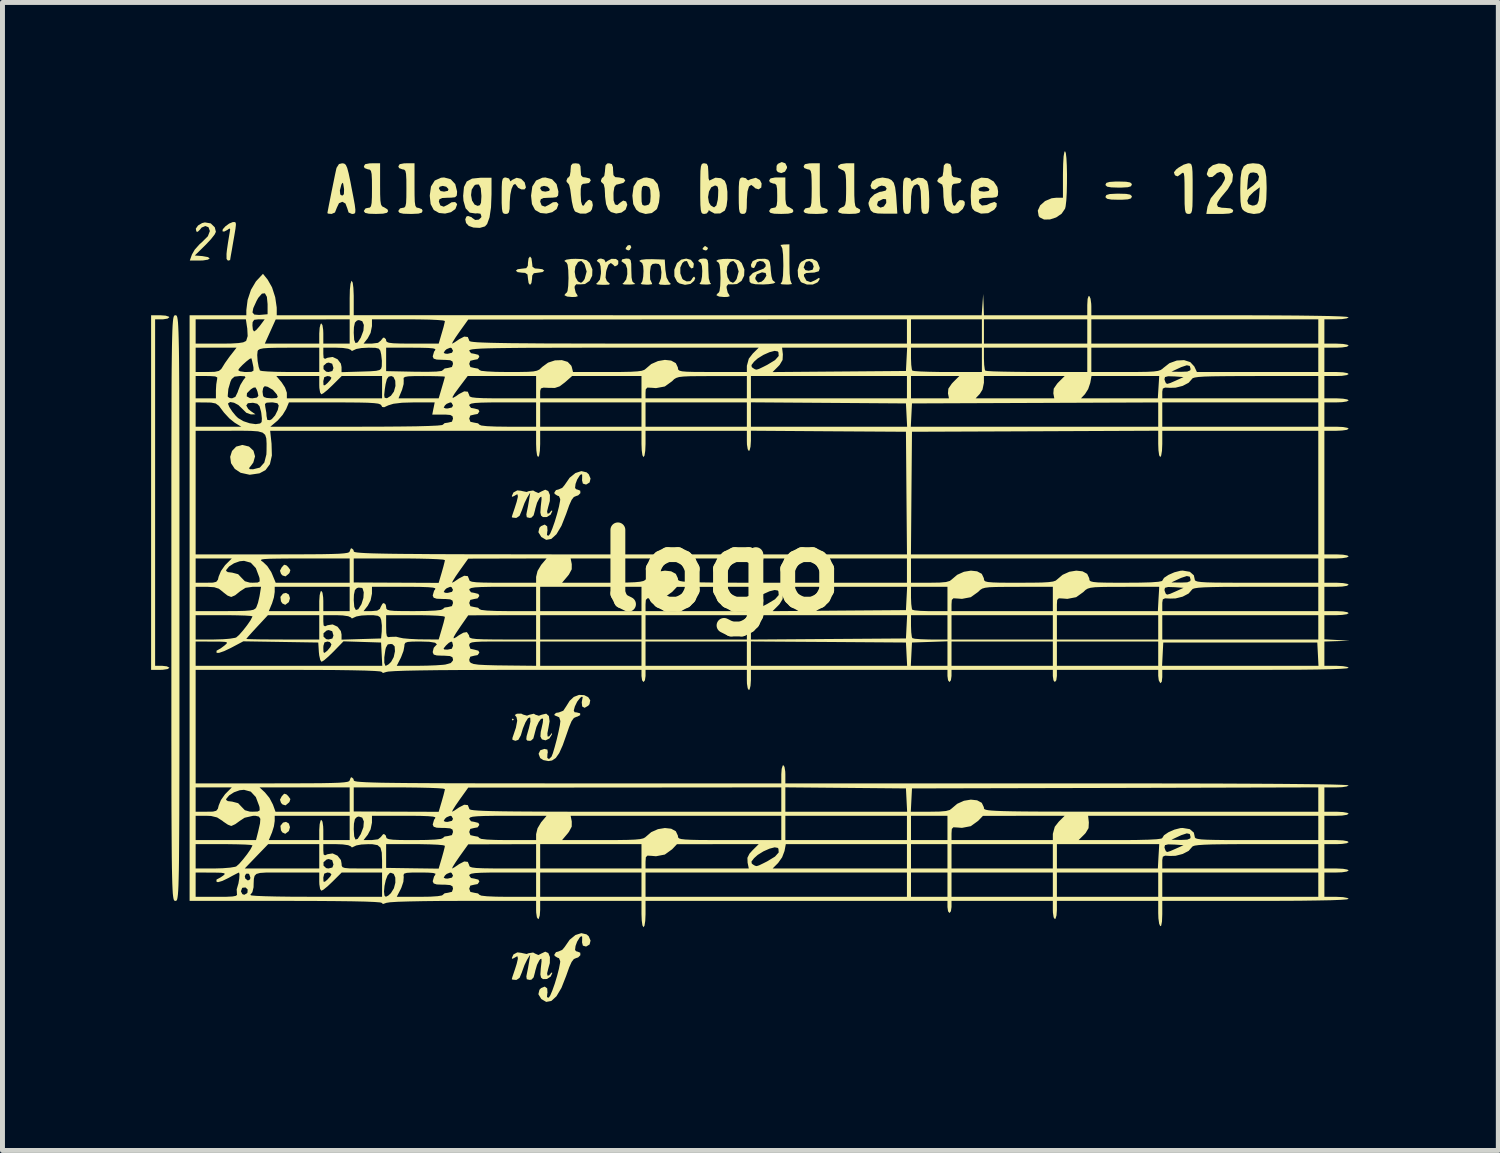
<source format=kicad_pcb>
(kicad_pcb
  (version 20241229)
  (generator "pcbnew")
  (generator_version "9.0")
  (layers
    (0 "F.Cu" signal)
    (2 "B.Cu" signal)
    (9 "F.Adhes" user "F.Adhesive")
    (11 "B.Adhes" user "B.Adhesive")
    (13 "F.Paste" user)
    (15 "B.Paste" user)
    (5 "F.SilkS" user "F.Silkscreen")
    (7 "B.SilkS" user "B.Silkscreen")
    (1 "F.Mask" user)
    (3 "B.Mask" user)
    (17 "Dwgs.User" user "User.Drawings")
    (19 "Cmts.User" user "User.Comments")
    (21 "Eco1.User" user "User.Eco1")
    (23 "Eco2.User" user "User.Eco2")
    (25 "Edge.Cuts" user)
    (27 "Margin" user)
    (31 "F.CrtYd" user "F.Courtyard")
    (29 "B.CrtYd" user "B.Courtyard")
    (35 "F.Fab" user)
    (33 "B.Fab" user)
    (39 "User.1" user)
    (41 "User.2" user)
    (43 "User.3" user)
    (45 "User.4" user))
  (footprint "logo"
    (layer "F.Cu")
    (at 11.493 8.467)
    (property "Reference" "logo" (at 0 0 0) (layer "F.SilkS") (effects (font (size 1.5 1.5) (thickness 0.3))))
    (attr board_only exclude_from_pos_files exclude_from_bom)
    (fp_poly (pts (xy -4.172 3.006) (xy -4.192 3.027) (xy -4.213 3.006) (xy -4.192 2.986)) (stroke (width 0) (type solid)) (fill yes) (layer "F.SilkS"))
    (fp_poly (pts (xy -1.8 -6.527) (xy -1.833 -6.471) (xy -1.864 -6.462) (xy -1.912 -6.486) (xy -1.913 -6.511) (xy -1.872 -6.565) (xy -1.823 -6.572)) (stroke (width 0) (type solid)) (fill yes) (layer "F.SilkS"))
    (fp_poly (pts (xy -0.259 -6.519) (xy -0.253 -6.506) (xy -0.273 -6.469) (xy -0.307 -6.462) (xy -0.358 -6.483) (xy -0.36 -6.506) (xy -0.318 -6.549) (xy -0.307 -6.55)) (stroke (width 0) (type solid)) (fill yes) (layer "F.SilkS"))
    (fp_poly (pts (xy -8.713 0.483) (xy -8.69 0.557) (xy -8.712 0.634) (xy -8.716 0.639) (xy -8.785 0.691) (xy -8.844 0.663) (xy -8.872 0.62) (xy -8.883 0.531) (xy -8.831 0.465) (xy -8.77 0.45)) (stroke (width 0) (type solid)) (fill yes) (layer "F.SilkS"))
    (fp_poly (pts (xy -8.713 5.105) (xy -8.69 5.179) (xy -8.712 5.256) (xy -8.716 5.261) (xy -8.785 5.313) (xy -8.844 5.285) (xy -8.872 5.242) (xy -8.883 5.153) (xy -8.831 5.087) (xy -8.77 5.072)) (stroke (width 0) (type solid)) (fill yes) (layer "F.SilkS"))
    (fp_poly (pts (xy 1.308 -8.221) (xy 1.343 -8.15) (xy 1.342 -8.124) (xy 1.301 -8.052) (xy 1.228 -8.023) (xy 1.157 -8.044) (xy 1.129 -8.083) (xy 1.132 -8.17) (xy 1.157 -8.21) (xy 1.236 -8.246)) (stroke (width 0) (type solid)) (fill yes) (layer "F.SilkS"))
    (fp_poly (pts (xy -8.764 -0.107) (xy -8.728 -0.074) (xy -8.682 -0.01) (xy -8.7 0.046) (xy -8.71 0.059) (xy -8.779 0.117) (xy -8.84 0.099) (xy -8.87 0.068) (xy -8.892 0.003) (xy -8.857 -0.065) (xy -8.808 -0.118)) (stroke (width 0) (type solid)) (fill yes) (layer "F.SilkS"))
    (fp_poly (pts (xy -8.764 4.515) (xy -8.728 4.548) (xy -8.682 4.612) (xy -8.7 4.668) (xy -8.71 4.681) (xy -8.779 4.739) (xy -8.84 4.721) (xy -8.87 4.69) (xy -8.892 4.625) (xy -8.857 4.557) (xy -8.808 4.504)) (stroke (width 0) (type solid)) (fill yes) (layer "F.SilkS"))
    (fp_poly (pts (xy 8.186 -7.849) (xy 8.269 -7.834) (xy 8.301 -7.806) (xy 8.303 -7.792) (xy 8.285 -7.757) (xy 8.222 -7.738) (xy 8.098 -7.731) (xy 8.037 -7.73) (xy 7.888 -7.735) (xy 7.805 -7.749) (xy 7.773 -7.778) (xy 7.771 -7.792) (xy 7.789 -7.826) (xy 7.853 -7.845) (xy 7.977 -7.853) (xy 8.037 -7.853)) (stroke (width 0) (type solid)) (fill yes) (layer "F.SilkS"))
    (fp_poly (pts (xy 8.186 -7.604) (xy 8.269 -7.589) (xy 8.301 -7.56) (xy 8.303 -7.546) (xy 8.285 -7.512) (xy 8.222 -7.493) (xy 8.098 -7.485) (xy 8.037 -7.485) (xy 7.888 -7.489) (xy 7.805 -7.504) (xy 7.773 -7.532) (xy 7.771 -7.546) (xy 7.789 -7.581) (xy 7.853 -7.6) (xy 7.977 -7.607) (xy 8.037 -7.608)) (stroke (width 0) (type solid)) (fill yes) (layer "F.SilkS"))
    (fp_poly (pts (xy -11.2 -5.146) (xy -11.134 -5.125) (xy -11.125 -5.113) (xy -11.161 -5.086) (xy -11.25 -5.072) (xy -11.268 -5.072) (xy -11.412 -5.072) (xy -11.412 -1.575) (xy -11.412 1.922) (xy -11.268 1.922) (xy -11.174 1.933) (xy -11.127 1.958) (xy -11.125 1.963) (xy -11.162 1.988) (xy -11.254 2.002) (xy -11.309 2.004) (xy -11.493 2.004) (xy -11.493 -1.575) (xy -11.493 -5.154) (xy -11.309 -5.154)) (stroke (width 0) (type solid)) (fill yes) (layer "F.SilkS"))
    (fp_poly (pts (xy 1.391 -6.2) (xy 1.395 -5.995) (xy 1.409 -5.864) (xy 1.432 -5.801) (xy 1.442 -5.794) (xy 1.439 -5.782) (xy 1.371 -5.774) (xy 1.329 -5.774) (xy 1.24 -5.778) (xy 1.209 -5.789) (xy 1.217 -5.794) (xy 1.245 -5.84) (xy 1.262 -5.954) (xy 1.268 -6.142) (xy 1.268 -6.176) (xy 1.263 -6.376) (xy 1.248 -6.5) (xy 1.222 -6.555) (xy 1.217 -6.558) (xy 1.213 -6.573) (xy 1.276 -6.582) (xy 1.278 -6.582) (xy 1.391 -6.585)) (stroke (width 0) (type solid)) (fill yes) (layer "F.SilkS"))
    (fp_poly (pts (xy -1.845 -6.294) (xy -1.814 -6.265) (xy -1.802 -6.193) (xy -1.8 -6.06) (xy -1.8 -6.056) (xy -1.795 -5.915) (xy -1.778 -5.836) (xy -1.742 -5.8) (xy -1.728 -5.795) (xy -1.721 -5.784) (xy -1.781 -5.776) (xy -1.841 -5.773) (xy -1.947 -5.775) (xy -1.981 -5.787) (xy -1.953 -5.811) (xy -1.904 -5.877) (xy -1.881 -5.982) (xy -1.884 -6.093) (xy -1.913 -6.178) (xy -1.943 -6.202) (xy -2 -6.244) (xy -1.985 -6.282) (xy -1.904 -6.299) (xy -1.902 -6.299)) (stroke (width 0) (type solid)) (fill yes) (layer "F.SilkS"))
    (fp_poly (pts (xy -0.291 -6.294) (xy -0.26 -6.265) (xy -0.248 -6.193) (xy -0.245 -6.059) (xy -0.245 -6.057) (xy -0.237 -5.899) (xy -0.211 -5.81) (xy -0.194 -5.794) (xy -0.197 -5.782) (xy -0.265 -5.774) (xy -0.307 -5.774) (xy -0.396 -5.778) (xy -0.427 -5.789) (xy -0.419 -5.794) (xy -0.391 -5.841) (xy -0.373 -5.934) (xy -0.368 -6.046) (xy -0.375 -6.147) (xy -0.396 -6.21) (xy -0.409 -6.217) (xy -0.449 -6.248) (xy -0.45 -6.258) (xy -0.415 -6.289) (xy -0.348 -6.299)) (stroke (width 0) (type solid)) (fill yes) (layer "F.SilkS"))
    (fp_poly (pts (xy 6.97 -8.429) (xy 6.982 -8.327) (xy 6.99 -8.178) (xy 6.994 -8.001) (xy 6.993 -7.812) (xy 6.989 -7.629) (xy 6.98 -7.47) (xy 6.966 -7.352) (xy 6.955 -7.306) (xy 6.885 -7.203) (xy 6.775 -7.128) (xy 6.649 -7.087) (xy 6.53 -7.086) (xy 6.441 -7.131) (xy 6.422 -7.158) (xy 6.404 -7.265) (xy 6.452 -7.371) (xy 6.551 -7.459) (xy 6.683 -7.515) (xy 6.778 -7.526) (xy 6.912 -7.526) (xy 6.912 -7.996) (xy 6.916 -8.206) (xy 6.925 -8.36) (xy 6.941 -8.448) (xy 6.953 -8.467)) (stroke (width 0) (type solid)) (fill yes) (layer "F.SilkS"))
    (fp_poly (pts (xy -9.802 -7.034) (xy -9.785 -7.021) (xy -9.781 -6.981) (xy -9.79 -6.9) (xy -9.813 -6.763) (xy -9.837 -6.626) (xy -9.864 -6.468) (xy -9.886 -6.346) (xy -9.897 -6.277) (xy -9.898 -6.268) (xy -9.931 -6.258) (xy -9.944 -6.258) (xy -9.97 -6.29) (xy -9.971 -6.392) (xy -9.963 -6.468) (xy -9.941 -6.619) (xy -9.918 -6.759) (xy -9.91 -6.806) (xy -9.897 -6.889) (xy -9.912 -6.906) (xy -9.954 -6.876) (xy -10.02 -6.842) (xy -10.053 -6.849) (xy -10.046 -6.89) (xy -9.993 -6.949) (xy -9.918 -7.004) (xy -9.845 -7.034) (xy -9.832 -7.035)) (stroke (width 0) (type solid)) (fill yes) (layer "F.SilkS"))
    (fp_poly (pts (xy 0.516 -7.918) (xy 0.532 -7.894) (xy 0.559 -7.877) (xy 0.608 -7.9) (xy 0.713 -7.929) (xy 0.795 -7.884) (xy 0.83 -7.813) (xy 0.823 -7.732) (xy 0.77 -7.695) (xy 0.7 -7.717) (xy 0.676 -7.743) (xy 0.62 -7.785) (xy 0.575 -7.753) (xy 0.545 -7.652) (xy 0.532 -7.488) (xy 0.532 -7.456) (xy 0.529 -7.315) (xy 0.517 -7.237) (xy 0.49 -7.205) (xy 0.45 -7.199) (xy 0.411 -7.205) (xy 0.387 -7.234) (xy 0.374 -7.301) (xy 0.369 -7.422) (xy 0.368 -7.567) (xy 0.369 -7.742) (xy 0.376 -7.85) (xy 0.391 -7.908) (xy 0.418 -7.931) (xy 0.45 -7.935)) (stroke (width 0) (type solid)) (fill yes) (layer "F.SilkS"))
    (fp_poly (pts (xy 1.309 -7.645) (xy 1.311 -7.491) (xy 1.323 -7.4) (xy 1.347 -7.354) (xy 1.39 -7.333) (xy 1.391 -7.333) (xy 1.457 -7.292) (xy 1.472 -7.255) (xy 1.448 -7.222) (xy 1.368 -7.204) (xy 1.227 -7.199) (xy 1.085 -7.203) (xy 1.008 -7.22) (xy 0.982 -7.253) (xy 0.982 -7.26) (xy 1.016 -7.31) (xy 1.063 -7.321) (xy 1.109 -7.33) (xy 1.134 -7.37) (xy 1.144 -7.458) (xy 1.145 -7.567) (xy 1.142 -7.704) (xy 1.129 -7.778) (xy 1.1 -7.808) (xy 1.063 -7.812) (xy 0.997 -7.838) (xy 0.982 -7.874) (xy 1.009 -7.916) (xy 1.098 -7.934) (xy 1.145 -7.935) (xy 1.309 -7.935)) (stroke (width 0) (type solid)) (fill yes) (layer "F.SilkS"))
    (fp_poly (pts (xy 2.7 -7.771) (xy 2.701 -7.57) (xy 2.708 -7.437) (xy 2.721 -7.361) (xy 2.742 -7.327) (xy 2.761 -7.321) (xy 2.815 -7.289) (xy 2.822 -7.26) (xy 2.802 -7.223) (xy 2.731 -7.204) (xy 2.597 -7.199) (xy 2.458 -7.205) (xy 2.387 -7.227) (xy 2.372 -7.255) (xy 2.407 -7.31) (xy 2.454 -7.333) (xy 2.494 -7.351) (xy 2.518 -7.391) (xy 2.531 -7.469) (xy 2.535 -7.603) (xy 2.536 -7.71) (xy 2.534 -7.883) (xy 2.526 -7.99) (xy 2.509 -8.05) (xy 2.479 -8.078) (xy 2.454 -8.087) (xy 2.378 -8.125) (xy 2.372 -8.169) (xy 2.428 -8.206) (xy 2.536 -8.221) (xy 2.7 -8.221)) (stroke (width 0) (type solid)) (fill yes) (layer "F.SilkS"))
    (fp_poly (pts (xy -10.289 -7.008) (xy -10.208 -6.929) (xy -10.185 -6.838) (xy -10.212 -6.782) (xy -10.285 -6.689) (xy -10.387 -6.58) (xy -10.398 -6.569) (xy -10.611 -6.36) (xy -10.459 -6.348) (xy -10.347 -6.328) (xy -10.31 -6.302) (xy -10.345 -6.276) (xy -10.445 -6.26) (xy -10.51 -6.258) (xy -10.712 -6.258) (xy -10.669 -6.38) (xy -10.611 -6.48) (xy -10.514 -6.588) (xy -10.467 -6.629) (xy -10.347 -6.749) (xy -10.307 -6.854) (xy -10.307 -6.854) (xy -10.335 -6.931) (xy -10.401 -6.955) (xy -10.474 -6.923) (xy -10.507 -6.882) (xy -10.552 -6.838) (xy -10.579 -6.843) (xy -10.591 -6.901) (xy -10.546 -6.965) (xy -10.463 -7.015) (xy -10.407 -7.028)) (stroke (width 0) (type solid)) (fill yes) (layer "F.SilkS"))
    (fp_poly (pts (xy -4.269 -7.914) (xy -4.254 -7.886) (xy -4.242 -7.857) (xy -4.205 -7.886) (xy -4.115 -7.929) (xy -4.024 -7.908) (xy -3.953 -7.836) (xy -3.927 -7.733) (xy -3.955 -7.694) (xy -4.019 -7.694) (xy -4.084 -7.726) (xy -4.109 -7.761) (xy -4.145 -7.805) (xy -4.183 -7.782) (xy -4.218 -7.704) (xy -4.243 -7.586) (xy -4.254 -7.441) (xy -4.254 -7.436) (xy -4.257 -7.302) (xy -4.271 -7.23) (xy -4.302 -7.202) (xy -4.336 -7.199) (xy -4.374 -7.205) (xy -4.399 -7.234) (xy -4.411 -7.301) (xy -4.417 -7.422) (xy -4.417 -7.567) (xy -4.416 -7.742) (xy -4.41 -7.85) (xy -4.395 -7.908) (xy -4.368 -7.931) (xy -4.336 -7.935)) (stroke (width 0) (type solid)) (fill yes) (layer "F.SilkS"))
    (fp_poly (pts (xy -0.598 -6.273) (xy -0.543 -6.205) (xy -0.539 -6.186) (xy -0.549 -6.112) (xy -0.589 -6.099) (xy -0.633 -6.148) (xy -0.643 -6.176) (xy -0.677 -6.248) (xy -0.731 -6.242) (xy -0.769 -6.209) (xy -0.811 -6.118) (xy -0.811 -5.999) (xy -0.772 -5.894) (xy -0.755 -5.874) (xy -0.684 -5.837) (xy -0.611 -5.842) (xy -0.573 -5.886) (xy -0.573 -5.894) (xy -0.541 -5.93) (xy -0.53 -5.931) (xy -0.51 -5.904) (xy -0.532 -5.849) (xy -0.606 -5.786) (xy -0.716 -5.768) (xy -0.828 -5.796) (xy -0.876 -5.831) (xy -0.931 -5.938) (xy -0.932 -6.074) (xy -0.879 -6.206) (xy -0.875 -6.21) (xy -0.793 -6.277) (xy -0.691 -6.298)) (stroke (width 0) (type solid)) (fill yes) (layer "F.SilkS"))
    (fp_poly (pts (xy 9.481 -8.217) (xy 9.505 -8.195) (xy 9.519 -8.142) (xy 9.527 -8.046) (xy 9.53 -7.891) (xy 9.53 -7.71) (xy 9.529 -7.498) (xy 9.526 -7.354) (xy 9.517 -7.266) (xy 9.501 -7.219) (xy 9.476 -7.201) (xy 9.448 -7.199) (xy 9.412 -7.204) (xy 9.388 -7.23) (xy 9.375 -7.29) (xy 9.368 -7.399) (xy 9.367 -7.571) (xy 9.367 -7.635) (xy 9.366 -7.826) (xy 9.362 -7.949) (xy 9.353 -8.013) (xy 9.336 -8.032) (xy 9.308 -8.017) (xy 9.291 -8.002) (xy 9.227 -7.957) (xy 9.181 -7.974) (xy 9.169 -7.988) (xy 9.152 -8.038) (xy 9.196 -8.095) (xy 9.243 -8.132) (xy 9.347 -8.193) (xy 9.439 -8.221) (xy 9.447 -8.221)) (stroke (width 0) (type solid)) (fill yes) (layer "F.SilkS"))
    (fp_poly (pts (xy -6.871 -7.788) (xy -6.87 -7.594) (xy -6.865 -7.467) (xy -6.853 -7.392) (xy -6.831 -7.353) (xy -6.796 -7.335) (xy -6.79 -7.333) (xy -6.723 -7.292) (xy -6.708 -7.255) (xy -6.732 -7.222) (xy -6.812 -7.204) (xy -6.953 -7.199) (xy -7.096 -7.203) (xy -7.172 -7.22) (xy -7.198 -7.253) (xy -7.199 -7.26) (xy -7.165 -7.31) (xy -7.117 -7.321) (xy -7.079 -7.327) (xy -7.055 -7.355) (xy -7.042 -7.42) (xy -7.036 -7.537) (xy -7.035 -7.71) (xy -7.036 -7.891) (xy -7.042 -8.005) (xy -7.056 -8.067) (xy -7.08 -8.093) (xy -7.117 -8.099) (xy -7.184 -8.124) (xy -7.199 -8.16) (xy -7.172 -8.203) (xy -7.082 -8.22) (xy -7.035 -8.221) (xy -6.871 -8.221)) (stroke (width 0) (type solid)) (fill yes) (layer "F.SilkS"))
    (fp_poly (pts (xy -6.176 -7.771) (xy -6.175 -7.574) (xy -6.171 -7.445) (xy -6.16 -7.369) (xy -6.141 -7.333) (xy -6.11 -7.322) (xy -6.094 -7.321) (xy -6.028 -7.296) (xy -6.013 -7.26) (xy -6.031 -7.224) (xy -6.098 -7.205) (xy -6.228 -7.199) (xy -6.258 -7.199) (xy -6.4 -7.203) (xy -6.477 -7.22) (xy -6.503 -7.253) (xy -6.503 -7.26) (xy -6.469 -7.31) (xy -6.422 -7.321) (xy -6.384 -7.327) (xy -6.36 -7.355) (xy -6.346 -7.42) (xy -6.341 -7.537) (xy -6.34 -7.71) (xy -6.341 -7.891) (xy -6.347 -8.005) (xy -6.36 -8.067) (xy -6.385 -8.093) (xy -6.422 -8.099) (xy -6.488 -8.124) (xy -6.503 -8.16) (xy -6.476 -8.203) (xy -6.387 -8.22) (xy -6.34 -8.221) (xy -6.176 -8.221)) (stroke (width 0) (type solid)) (fill yes) (layer "F.SilkS"))
    (fp_poly (pts (xy -2.347 -6.278) (xy -2.331 -6.25) (xy -2.319 -6.221) (xy -2.282 -6.25) (xy -2.199 -6.293) (xy -2.11 -6.29) (xy -2.063 -6.254) (xy -2.064 -6.191) (xy -2.083 -6.163) (xy -2.133 -6.139) (xy -2.165 -6.172) (xy -2.214 -6.209) (xy -2.262 -6.172) (xy -2.301 -6.066) (xy -2.31 -6.025) (xy -2.32 -5.912) (xy -2.294 -5.845) (xy -2.266 -5.82) (xy -2.231 -5.788) (xy -2.252 -5.772) (xy -2.339 -5.768) (xy -2.375 -5.768) (xy -2.48 -5.773) (xy -2.513 -5.786) (xy -2.485 -5.811) (xy -2.434 -5.874) (xy -2.414 -5.993) (xy -2.413 -6.035) (xy -2.421 -6.144) (xy -2.442 -6.209) (xy -2.454 -6.217) (xy -2.494 -6.248) (xy -2.495 -6.258) (xy -2.461 -6.291) (xy -2.413 -6.299)) (stroke (width 0) (type solid)) (fill yes) (layer "F.SilkS"))
    (fp_poly (pts (xy -1.355 -7.902) (xy -1.269 -7.802) (xy -1.23 -7.635) (xy -1.227 -7.567) (xy -1.241 -7.431) (xy -1.276 -7.316) (xy -1.291 -7.29) (xy -1.386 -7.217) (xy -1.512 -7.198) (xy -1.637 -7.234) (xy -1.701 -7.285) (xy -1.761 -7.398) (xy -1.779 -7.567) (xy -1.595 -7.567) (xy -1.592 -7.444) (xy -1.577 -7.384) (xy -1.541 -7.367) (xy -1.503 -7.37) (xy -1.446 -7.389) (xy -1.419 -7.44) (xy -1.411 -7.547) (xy -1.411 -7.567) (xy -1.417 -7.683) (xy -1.44 -7.74) (xy -1.493 -7.762) (xy -1.503 -7.764) (xy -1.557 -7.765) (xy -1.585 -7.734) (xy -1.594 -7.653) (xy -1.595 -7.567) (xy -1.779 -7.567) (xy -1.754 -7.752) (xy -1.677 -7.873) (xy -1.551 -7.93) (xy -1.489 -7.935)) (stroke (width 0) (type solid)) (fill yes) (layer "F.SilkS"))
    (fp_poly (pts (xy 2.004 -7.771) (xy 2.005 -7.574) (xy 2.01 -7.445) (xy 2.02 -7.369) (xy 2.04 -7.333) (xy 2.071 -7.322) (xy 2.086 -7.321) (xy 2.153 -7.296) (xy 2.168 -7.26) (xy 2.149 -7.224) (xy 2.082 -7.205) (xy 1.952 -7.199) (xy 1.922 -7.199) (xy 1.78 -7.203) (xy 1.703 -7.22) (xy 1.677 -7.253) (xy 1.677 -7.26) (xy 1.711 -7.31) (xy 1.759 -7.321) (xy 1.797 -7.327) (xy 1.821 -7.355) (xy 1.834 -7.42) (xy 1.839 -7.537) (xy 1.841 -7.71) (xy 1.839 -7.891) (xy 1.834 -8.005) (xy 1.82 -8.067) (xy 1.795 -8.093) (xy 1.759 -8.099) (xy 1.692 -8.124) (xy 1.677 -8.16) (xy 1.704 -8.203) (xy 1.794 -8.22) (xy 1.841 -8.221) (xy 2.004 -8.221)) (stroke (width 0) (type solid)) (fill yes) (layer "F.SilkS"))
    (fp_poly (pts (xy -3.816 -6.304) (xy -3.804 -6.219) (xy -3.804 -6.217) (xy -3.794 -6.13) (xy -3.746 -6.098) (xy -3.681 -6.094) (xy -3.595 -6.083) (xy -3.558 -6.054) (xy -3.558 -6.053) (xy -3.594 -6.025) (xy -3.68 -6.013) (xy -3.681 -6.013) (xy -3.768 -6.002) (xy -3.8 -5.955) (xy -3.804 -5.89) (xy -3.816 -5.804) (xy -3.844 -5.767) (xy -3.845 -5.767) (xy -3.873 -5.803) (xy -3.886 -5.888) (xy -3.886 -5.89) (xy -3.896 -5.977) (xy -3.944 -6.009) (xy -4.008 -6.013) (xy -4.095 -6.024) (xy -4.131 -6.053) (xy -4.131 -6.053) (xy -4.096 -6.082) (xy -4.01 -6.094) (xy -4.008 -6.094) (xy -3.921 -6.104) (xy -3.889 -6.152) (xy -3.886 -6.217) (xy -3.874 -6.303) (xy -3.845 -6.34) (xy -3.845 -6.34)) (stroke (width 0) (type solid)) (fill yes) (layer "F.SilkS"))
    (fp_poly (pts (xy 10.174 -8.208) (xy 10.271 -8.147) (xy 10.284 -8.13) (xy 10.344 -7.993) (xy 10.33 -7.852) (xy 10.24 -7.698) (xy 10.185 -7.633) (xy 10.096 -7.526) (xy 10.036 -7.434) (xy 10.021 -7.388) (xy 10.042 -7.343) (xy 10.118 -7.324) (xy 10.185 -7.321) (xy 10.298 -7.311) (xy 10.345 -7.278) (xy 10.348 -7.26) (xy 10.331 -7.226) (xy 10.268 -7.207) (xy 10.145 -7.199) (xy 10.077 -7.199) (xy 9.806 -7.199) (xy 9.83 -7.349) (xy 9.896 -7.515) (xy 10.02 -7.668) (xy 10.115 -7.78) (xy 10.173 -7.882) (xy 10.185 -7.928) (xy 10.157 -8.013) (xy 10.092 -8.05) (xy 10.019 -8.024) (xy 10 -8.003) (xy 9.93 -7.946) (xy 9.86 -7.941) (xy 9.819 -7.988) (xy 9.816 -8.01) (xy 9.851 -8.113) (xy 9.939 -8.184) (xy 10.055 -8.218)) (stroke (width 0) (type solid)) (fill yes) (layer "F.SilkS"))
    (fp_poly (pts (xy 1.94 -6.249) (xy 1.962 -6.22) (xy 2.005 -6.107) (xy 1.984 -6.042) (xy 1.892 -6.015) (xy 1.838 -6.013) (xy 1.73 -6.006) (xy 1.686 -5.98) (xy 1.684 -5.945) (xy 1.734 -5.852) (xy 1.82 -5.822) (xy 1.916 -5.864) (xy 1.92 -5.867) (xy 1.985 -5.908) (xy 2.005 -5.89) (xy 1.969 -5.83) (xy 1.955 -5.816) (xy 1.864 -5.774) (xy 1.744 -5.774) (xy 1.638 -5.815) (xy 1.619 -5.831) (xy 1.566 -5.934) (xy 1.558 -6.065) (xy 1.574 -6.119) (xy 1.679 -6.119) (xy 1.714 -6.065) (xy 1.779 -6.053) (xy 1.859 -6.072) (xy 1.881 -6.137) (xy 1.854 -6.213) (xy 1.793 -6.249) (xy 1.729 -6.231) (xy 1.714 -6.213) (xy 1.679 -6.119) (xy 1.574 -6.119) (xy 1.594 -6.186) (xy 1.629 -6.231) (xy 1.735 -6.288) (xy 1.849 -6.293)) (stroke (width 0) (type solid)) (fill yes) (layer "F.SilkS"))
    (fp_poly (pts (xy -1.125 -6.278) (xy -1.113 -6.074) (xy -1.089 -5.917) (xy -1.04 -5.824) (xy -1.033 -5.818) (xy -1.001 -5.785) (xy -1.028 -5.771) (xy -1.122 -5.767) (xy -1.219 -5.772) (xy -1.249 -5.791) (xy -1.229 -5.826) (xy -1.201 -5.903) (xy -1.192 -6.018) (xy -1.194 -6.04) (xy -1.209 -6.143) (xy -1.245 -6.188) (xy -1.309 -6.197) (xy -1.373 -6.188) (xy -1.406 -6.146) (xy -1.421 -6.049) (xy -1.424 -6.017) (xy -1.42 -5.877) (xy -1.386 -5.804) (xy -1.383 -5.803) (xy -1.38 -5.781) (xy -1.451 -5.771) (xy -1.493 -5.771) (xy -1.582 -5.777) (xy -1.613 -5.789) (xy -1.605 -5.794) (xy -1.577 -5.841) (xy -1.56 -5.934) (xy -1.554 -6.046) (xy -1.561 -6.147) (xy -1.582 -6.21) (xy -1.595 -6.217) (xy -1.635 -6.246) (xy -1.636 -6.256) (xy -1.599 -6.274) (xy -1.502 -6.285) (xy -1.38 -6.286)) (stroke (width 0) (type solid)) (fill yes) (layer "F.SilkS"))
    (fp_poly (pts (xy -2.193 -8.205) (xy -2.17 -8.143) (xy -2.168 -8.078) (xy -2.161 -7.982) (xy -2.126 -7.942) (xy -2.045 -7.935) (xy -1.95 -7.915) (xy -1.922 -7.87) (xy -1.961 -7.825) (xy -2.035 -7.805) (xy -2.106 -7.788) (xy -2.142 -7.743) (xy -2.158 -7.645) (xy -2.16 -7.612) (xy -2.158 -7.474) (xy -2.13 -7.392) (xy -2.083 -7.376) (xy -2.031 -7.422) (xy -1.964 -7.469) (xy -1.905 -7.45) (xy -1.881 -7.383) (xy -1.915 -7.287) (xy -1.999 -7.226) (xy -2.106 -7.207) (xy -2.211 -7.237) (xy -2.268 -7.29) (xy -2.31 -7.397) (xy -2.33 -7.551) (xy -2.331 -7.596) (xy -2.338 -7.717) (xy -2.356 -7.795) (xy -2.372 -7.812) (xy -2.409 -7.845) (xy -2.413 -7.874) (xy -2.391 -7.928) (xy -2.372 -7.935) (xy -2.345 -7.971) (xy -2.332 -8.059) (xy -2.331 -8.078) (xy -2.322 -8.177) (xy -2.287 -8.217) (xy -2.25 -8.221)) (stroke (width 0) (type solid)) (fill yes) (layer "F.SilkS"))
    (fp_poly (pts (xy 3.829 -7.914) (xy 3.845 -7.886) (xy 3.857 -7.857) (xy 3.894 -7.886) (xy 3.986 -7.931) (xy 4.09 -7.921) (xy 4.167 -7.862) (xy 4.171 -7.856) (xy 4.192 -7.776) (xy 4.207 -7.644) (xy 4.213 -7.488) (xy 4.211 -7.336) (xy 4.201 -7.249) (xy 4.179 -7.209) (xy 4.139 -7.199) (xy 4.131 -7.199) (xy 4.088 -7.206) (xy 4.063 -7.242) (xy 4.052 -7.321) (xy 4.049 -7.464) (xy 4.049 -7.483) (xy 4.041 -7.664) (xy 4.015 -7.769) (xy 3.97 -7.802) (xy 3.904 -7.77) (xy 3.865 -7.696) (xy 3.847 -7.552) (xy 3.845 -7.46) (xy 3.842 -7.317) (xy 3.83 -7.239) (xy 3.804 -7.205) (xy 3.763 -7.199) (xy 3.724 -7.205) (xy 3.7 -7.234) (xy 3.687 -7.301) (xy 3.682 -7.422) (xy 3.681 -7.567) (xy 3.683 -7.742) (xy 3.689 -7.85) (xy 3.704 -7.908) (xy 3.731 -7.931) (xy 3.763 -7.935)) (stroke (width 0) (type solid)) (fill yes) (layer "F.SilkS"))
    (fp_poly (pts (xy 5.399 -7.921) (xy 5.514 -7.854) (xy 5.588 -7.743) (xy 5.604 -7.649) (xy 5.598 -7.572) (xy 5.566 -7.537) (xy 5.485 -7.526) (xy 5.426 -7.526) (xy 5.291 -7.519) (xy 5.225 -7.495) (xy 5.214 -7.447) (xy 5.222 -7.42) (xy 5.278 -7.368) (xy 5.374 -7.379) (xy 5.439 -7.412) (xy 5.528 -7.442) (xy 5.576 -7.413) (xy 5.571 -7.347) (xy 5.526 -7.285) (xy 5.403 -7.214) (xy 5.258 -7.205) (xy 5.131 -7.257) (xy 5.084 -7.308) (xy 5.06 -7.39) (xy 5.052 -7.526) (xy 5.051 -7.567) (xy 5.056 -7.7) (xy 5.205 -7.7) (xy 5.226 -7.661) (xy 5.317 -7.649) (xy 5.411 -7.662) (xy 5.43 -7.7) (xy 5.38 -7.74) (xy 5.317 -7.751) (xy 5.236 -7.732) (xy 5.205 -7.7) (xy 5.056 -7.7) (xy 5.057 -7.718) (xy 5.077 -7.81) (xy 5.118 -7.867) (xy 5.131 -7.877) (xy 5.264 -7.932)) (stroke (width 0) (type solid)) (fill yes) (layer "F.SilkS"))
    (fp_poly (pts (xy -5.445 -7.899) (xy -5.354 -7.801) (xy -5.317 -7.653) (xy -5.317 -7.64) (xy -5.323 -7.57) (xy -5.357 -7.536) (xy -5.439 -7.527) (xy -5.501 -7.526) (xy -5.617 -7.52) (xy -5.672 -7.497) (xy -5.685 -7.449) (xy -5.685 -7.448) (xy -5.655 -7.37) (xy -5.586 -7.345) (xy -5.506 -7.384) (xy -5.505 -7.385) (xy -5.428 -7.434) (xy -5.356 -7.439) (xy -5.318 -7.4) (xy -5.317 -7.389) (xy -5.352 -7.297) (xy -5.441 -7.234) (xy -5.559 -7.206) (xy -5.681 -7.218) (xy -5.783 -7.276) (xy -5.791 -7.285) (xy -5.851 -7.398) (xy -5.869 -7.567) (xy -5.849 -7.713) (xy -5.685 -7.713) (xy -5.65 -7.661) (xy -5.58 -7.649) (xy -5.502 -7.665) (xy -5.491 -7.7) (xy -5.536 -7.748) (xy -5.607 -7.765) (xy -5.668 -7.748) (xy -5.685 -7.713) (xy -5.849 -7.713) (xy -5.844 -7.752) (xy -5.768 -7.873) (xy -5.641 -7.93) (xy -5.579 -7.935)) (stroke (width 0) (type solid)) (fill yes) (layer "F.SilkS"))
    (fp_poly (pts (xy -3.4 -7.899) (xy -3.309 -7.801) (xy -3.272 -7.653) (xy -3.272 -7.64) (xy -3.278 -7.57) (xy -3.312 -7.536) (xy -3.394 -7.527) (xy -3.456 -7.526) (xy -3.572 -7.52) (xy -3.626 -7.497) (xy -3.64 -7.449) (xy -3.64 -7.448) (xy -3.61 -7.37) (xy -3.541 -7.345) (xy -3.461 -7.384) (xy -3.46 -7.385) (xy -3.383 -7.434) (xy -3.311 -7.439) (xy -3.273 -7.4) (xy -3.272 -7.389) (xy -3.307 -7.297) (xy -3.396 -7.234) (xy -3.514 -7.206) (xy -3.636 -7.218) (xy -3.738 -7.276) (xy -3.746 -7.285) (xy -3.806 -7.398) (xy -3.824 -7.567) (xy -3.804 -7.713) (xy -3.64 -7.713) (xy -3.605 -7.661) (xy -3.535 -7.649) (xy -3.457 -7.665) (xy -3.446 -7.7) (xy -3.491 -7.748) (xy -3.562 -7.765) (xy -3.623 -7.748) (xy -3.64 -7.713) (xy -3.804 -7.713) (xy -3.799 -7.752) (xy -3.723 -7.873) (xy -3.596 -7.93) (xy -3.534 -7.935)) (stroke (width 0) (type solid)) (fill yes) (layer "F.SilkS"))
    (fp_poly (pts (xy 3.39 -7.914) (xy 3.454 -7.88) (xy 3.497 -7.828) (xy 3.525 -7.736) (xy 3.544 -7.585) (xy 3.549 -7.515) (xy 3.569 -7.205) (xy 3.319 -7.204) (xy 3.172 -7.208) (xy 3.085 -7.226) (xy 3.038 -7.263) (xy 3.027 -7.28) (xy 2.993 -7.374) (xy 2.991 -7.386) (xy 3.16 -7.386) (xy 3.171 -7.36) (xy 3.229 -7.326) (xy 3.296 -7.348) (xy 3.342 -7.414) (xy 3.346 -7.431) (xy 3.342 -7.495) (xy 3.289 -7.501) (xy 3.274 -7.497) (xy 3.18 -7.451) (xy 3.16 -7.386) (xy 2.991 -7.386) (xy 2.986 -7.421) (xy 3.021 -7.512) (xy 3.107 -7.595) (xy 3.213 -7.644) (xy 3.252 -7.649) (xy 3.334 -7.67) (xy 3.354 -7.71) (xy 3.322 -7.756) (xy 3.253 -7.771) (xy 3.186 -7.748) (xy 3.17 -7.73) (xy 3.111 -7.69) (xy 3.05 -7.71) (xy 3.027 -7.77) (xy 3.062 -7.855) (xy 3.151 -7.912) (xy 3.269 -7.934)) (stroke (width 0) (type solid)) (fill yes) (layer "F.SilkS"))
    (fp_poly (pts (xy -2.855 -8.211) (xy -2.827 -8.162) (xy -2.822 -8.078) (xy -2.815 -7.981) (xy -2.78 -7.942) (xy -2.72 -7.935) (xy -2.638 -7.914) (xy -2.618 -7.874) (xy -2.653 -7.824) (xy -2.72 -7.812) (xy -2.779 -7.806) (xy -2.809 -7.776) (xy -2.821 -7.7) (xy -2.822 -7.587) (xy -2.814 -7.45) (xy -2.792 -7.374) (xy -2.76 -7.366) (xy -2.726 -7.424) (xy -2.671 -7.478) (xy -2.639 -7.485) (xy -2.592 -7.453) (xy -2.577 -7.377) (xy -2.596 -7.291) (xy -2.626 -7.248) (xy -2.715 -7.206) (xy -2.83 -7.205) (xy -2.926 -7.242) (xy -2.944 -7.259) (xy -2.974 -7.33) (xy -3.001 -7.453) (xy -3.016 -7.565) (xy -3.033 -7.695) (xy -3.055 -7.785) (xy -3.073 -7.812) (xy -3.105 -7.845) (xy -3.109 -7.874) (xy -3.086 -7.928) (xy -3.068 -7.935) (xy -3.041 -7.971) (xy -3.027 -8.059) (xy -3.027 -8.078) (xy -3.019 -8.175) (xy -2.985 -8.215) (xy -2.924 -8.221)) (stroke (width 0) (type solid)) (fill yes) (layer "F.SilkS"))
    (fp_poly (pts (xy 4.637 -8.205) (xy 4.66 -8.143) (xy 4.663 -8.078) (xy 4.67 -7.981) (xy 4.705 -7.942) (xy 4.765 -7.935) (xy 4.847 -7.914) (xy 4.867 -7.874) (xy 4.832 -7.824) (xy 4.765 -7.812) (xy 4.706 -7.806) (xy 4.676 -7.776) (xy 4.664 -7.7) (xy 4.663 -7.587) (xy 4.672 -7.453) (xy 4.697 -7.375) (xy 4.731 -7.362) (xy 4.77 -7.422) (xy 4.771 -7.424) (xy 4.825 -7.478) (xy 4.896 -7.474) (xy 4.93 -7.442) (xy 4.929 -7.381) (xy 4.89 -7.299) (xy 4.796 -7.217) (xy 4.682 -7.205) (xy 4.574 -7.266) (xy 4.567 -7.274) (xy 4.519 -7.374) (xy 4.5 -7.542) (xy 4.499 -7.58) (xy 4.494 -7.718) (xy 4.476 -7.79) (xy 4.44 -7.812) (xy 4.438 -7.812) (xy 4.384 -7.845) (xy 4.376 -7.874) (xy 4.409 -7.928) (xy 4.438 -7.935) (xy 4.483 -7.966) (xy 4.499 -8.065) (xy 4.499 -8.078) (xy 4.508 -8.177) (xy 4.544 -8.217) (xy 4.581 -8.221)) (stroke (width 0) (type solid)) (fill yes) (layer "F.SilkS"))
    (fp_poly (pts (xy -7.595 -8.215) (xy -7.563 -8.189) (xy -7.535 -8.128) (xy -7.506 -8.019) (xy -7.47 -7.849) (xy -7.453 -7.758) (xy -7.41 -7.537) (xy -7.382 -7.383) (xy -7.37 -7.285) (xy -7.372 -7.23) (xy -7.389 -7.205) (xy -7.421 -7.199) (xy -7.441 -7.199) (xy -7.507 -7.228) (xy -7.533 -7.311) (xy -7.57 -7.409) (xy -7.634 -7.444) (xy -7.701 -7.415) (xy -7.744 -7.324) (xy -7.782 -7.228) (xy -7.849 -7.199) (xy -7.852 -7.199) (xy -7.919 -7.205) (xy -7.935 -7.215) (xy -7.927 -7.259) (xy -7.907 -7.364) (xy -7.878 -7.51) (xy -7.846 -7.672) (xy -7.683 -7.672) (xy -7.675 -7.591) (xy -7.636 -7.567) (xy -7.602 -7.596) (xy -7.598 -7.691) (xy -7.601 -7.72) (xy -7.616 -7.812) (xy -7.632 -7.829) (xy -7.652 -7.792) (xy -7.683 -7.672) (xy -7.846 -7.672) (xy -7.845 -7.675) (xy -7.811 -7.842) (xy -7.781 -7.989) (xy -7.758 -8.096) (xy -7.75 -8.129) (xy -7.701 -8.206) (xy -7.636 -8.221)) (stroke (width 0) (type solid)) (fill yes) (layer "F.SilkS"))
    (fp_poly (pts (xy -4.622 -7.594) (xy -4.632 -7.332) (xy -4.662 -7.13) (xy -4.71 -6.996) (xy -4.754 -6.947) (xy -4.858 -6.917) (xy -4.987 -6.924) (xy -5.082 -6.957) (xy -5.136 -7.016) (xy -5.152 -7.09) (xy -5.129 -7.146) (xy -5.095 -7.158) (xy -5.025 -7.133) (xy -5.01 -7.117) (xy -4.951 -7.077) (xy -4.878 -7.084) (xy -4.83 -7.129) (xy -4.826 -7.151) (xy -4.844 -7.203) (xy -4.91 -7.212) (xy -4.944 -7.208) (xy -5.062 -7.225) (xy -5.145 -7.313) (xy -5.188 -7.464) (xy -5.195 -7.567) (xy -5.193 -7.579) (xy -5.035 -7.579) (xy -5.015 -7.47) (xy -4.965 -7.389) (xy -4.904 -7.362) (xy -4.857 -7.375) (xy -4.834 -7.425) (xy -4.827 -7.533) (xy -4.826 -7.564) (xy -4.839 -7.717) (xy -4.877 -7.793) (xy -4.94 -7.791) (xy -4.971 -7.77) (xy -5.022 -7.688) (xy -5.035 -7.579) (xy -5.193 -7.579) (xy -5.178 -7.743) (xy -5.122 -7.854) (xy -5.015 -7.912) (xy -4.847 -7.929) (xy -4.622 -7.929)) (stroke (width 0) (type solid)) (fill yes) (layer "F.SilkS"))
    (fp_poly (pts (xy 0.906 -6.292) (xy 0.963 -6.274) (xy 0.994 -6.228) (xy 1.01 -6.132) (xy 1.014 -6.064) (xy 1.028 -5.944) (xy 1.05 -5.866) (xy 1.066 -5.849) (xy 1.104 -5.821) (xy 1.104 -5.814) (xy 1.067 -5.795) (xy 0.97 -5.781) (xy 0.857 -5.775) (xy 0.703 -5.78) (xy 0.617 -5.8) (xy 0.587 -5.831) (xy 0.583 -5.906) (xy 0.701 -5.906) (xy 0.709 -5.872) (xy 0.757 -5.814) (xy 0.829 -5.832) (xy 0.878 -5.874) (xy 0.926 -5.952) (xy 0.911 -6.007) (xy 0.838 -6.02) (xy 0.834 -6.019) (xy 0.732 -5.978) (xy 0.701 -5.906) (xy 0.583 -5.906) (xy 0.581 -5.93) (xy 0.653 -6.007) (xy 0.77 -6.056) (xy 0.873 -6.096) (xy 0.912 -6.14) (xy 0.91 -6.183) (xy 0.865 -6.237) (xy 0.795 -6.25) (xy 0.734 -6.225) (xy 0.716 -6.18) (xy 0.685 -6.116) (xy 0.665 -6.105) (xy 0.623 -6.123) (xy 0.614 -6.172) (xy 0.65 -6.247) (xy 0.747 -6.29) (xy 0.888 -6.294)) (stroke (width 0) (type solid)) (fill yes) (layer "F.SilkS"))
    (fp_poly (pts (xy -2.784 -6.287) (xy -2.699 -6.263) (xy -2.644 -6.213) (xy -2.638 -6.205) (xy -2.586 -6.078) (xy -2.59 -5.952) (xy -2.643 -5.847) (xy -2.736 -5.784) (xy -2.827 -5.777) (xy -2.912 -5.779) (xy -2.942 -5.742) (xy -2.945 -5.707) (xy -2.923 -5.613) (xy -2.896 -5.571) (xy -2.88 -5.538) (xy -2.928 -5.524) (xy -2.998 -5.522) (xy -3.096 -5.531) (xy -3.147 -5.556) (xy -3.149 -5.563) (xy -3.118 -5.602) (xy -3.109 -5.604) (xy -3.088 -5.642) (xy -3.074 -5.745) (xy -3.068 -5.896) (xy -3.068 -5.91) (xy -3.072 -6.03) (xy -2.943 -6.03) (xy -2.925 -5.92) (xy -2.878 -5.837) (xy -2.815 -5.808) (xy -2.774 -5.84) (xy -2.742 -5.887) (xy -2.702 -6.036) (xy -2.741 -6.174) (xy -2.756 -6.197) (xy -2.809 -6.25) (xy -2.861 -6.235) (xy -2.879 -6.221) (xy -2.929 -6.139) (xy -2.943 -6.03) (xy -3.072 -6.03) (xy -3.073 -6.065) (xy -3.086 -6.173) (xy -3.107 -6.217) (xy -3.109 -6.217) (xy -3.148 -6.246) (xy -3.149 -6.255) (xy -3.112 -6.276) (xy -3.017 -6.29) (xy -2.925 -6.293)) (stroke (width 0) (type solid)) (fill yes) (layer "F.SilkS"))
    (fp_poly (pts (xy -0.277 -8.21) (xy -0.253 -8.162) (xy -0.246 -8.056) (xy -0.245 -8.029) (xy -0.241 -7.916) (xy -0.225 -7.872) (xy -0.196 -7.886) (xy -0.101 -7.931) (xy 0.01 -7.92) (xy 0.086 -7.868) (xy 0.121 -7.781) (xy 0.139 -7.646) (xy 0.139 -7.494) (xy 0.122 -7.357) (xy 0.088 -7.268) (xy 0.086 -7.266) (xy -0.006 -7.209) (xy -0.117 -7.206) (xy -0.196 -7.248) (xy -0.237 -7.276) (xy -0.245 -7.248) (xy -0.28 -7.208) (xy -0.327 -7.199) (xy -0.361 -7.203) (xy -0.384 -7.226) (xy -0.398 -7.28) (xy -0.406 -7.38) (xy -0.409 -7.537) (xy -0.409 -7.538) (xy -0.251 -7.538) (xy -0.233 -7.43) (xy -0.196 -7.37) (xy -0.13 -7.331) (xy -0.083 -7.37) (xy -0.055 -7.486) (xy -0.049 -7.56) (xy -0.045 -7.685) (xy -0.057 -7.748) (xy -0.092 -7.77) (xy -0.116 -7.771) (xy -0.187 -7.736) (xy -0.233 -7.649) (xy -0.251 -7.538) (xy -0.409 -7.538) (xy -0.409 -7.71) (xy -0.408 -7.922) (xy -0.405 -8.066) (xy -0.396 -8.154) (xy -0.38 -8.201) (xy -0.355 -8.219) (xy -0.327 -8.221)) (stroke (width 0) (type solid)) (fill yes) (layer "F.SilkS"))
    (fp_poly (pts (xy 0.283 -6.287) (xy 0.368 -6.263) (xy 0.424 -6.213) (xy 0.429 -6.205) (xy 0.482 -6.078) (xy 0.477 -5.952) (xy 0.424 -5.847) (xy 0.332 -5.784) (xy 0.24 -5.777) (xy 0.156 -5.779) (xy 0.125 -5.742) (xy 0.123 -5.707) (xy 0.145 -5.613) (xy 0.172 -5.571) (xy 0.187 -5.538) (xy 0.139 -5.524) (xy 0.07 -5.522) (xy -0.028 -5.531) (xy -0.08 -5.556) (xy -0.082 -5.563) (xy -0.051 -5.602) (xy -0.041 -5.604) (xy -0.02 -5.642) (xy -0.006 -5.745) (xy -0.000038 -5.896) (xy 0 -5.91) (xy -0.004 -6.03) (xy 0.124 -6.03) (xy 0.143 -5.92) (xy 0.19 -5.837) (xy 0.252 -5.808) (xy 0.294 -5.84) (xy 0.326 -5.887) (xy 0.366 -6.036) (xy 0.327 -6.174) (xy 0.311 -6.197) (xy 0.259 -6.25) (xy 0.206 -6.235) (xy 0.188 -6.221) (xy 0.138 -6.139) (xy 0.124 -6.03) (xy -0.004 -6.03) (xy -0.005 -6.065) (xy -0.019 -6.173) (xy -0.039 -6.217) (xy -0.041 -6.217) (xy -0.081 -6.246) (xy -0.082 -6.255) (xy -0.045 -6.276) (xy 0.051 -6.29) (xy 0.143 -6.293)) (stroke (width 0) (type solid)) (fill yes) (layer "F.SilkS"))
    (fp_poly (pts (xy 10.869 -8.21) (xy 10.945 -8.169) (xy 10.992 -8.086) (xy 11.016 -7.948) (xy 11.023 -7.743) (xy 11.023 -7.71) (xy 11.017 -7.495) (xy 10.996 -7.349) (xy 10.953 -7.259) (xy 10.881 -7.213) (xy 10.774 -7.199) (xy 10.757 -7.199) (xy 10.642 -7.221) (xy 10.571 -7.257) (xy 10.533 -7.294) (xy 10.51 -7.351) (xy 10.497 -7.445) (xy 10.496 -7.463) (xy 10.633 -7.463) (xy 10.655 -7.397) (xy 10.733 -7.368) (xy 10.776 -7.371) (xy 10.832 -7.396) (xy 10.861 -7.464) (xy 10.872 -7.56) (xy 10.885 -7.737) (xy 10.76 -7.644) (xy 10.668 -7.551) (xy 10.633 -7.463) (xy 10.496 -7.463) (xy 10.492 -7.593) (xy 10.491 -7.683) (xy 10.629 -7.683) (xy 10.756 -7.777) (xy 10.851 -7.874) (xy 10.871 -7.954) (xy 10.832 -8.021) (xy 10.757 -8.037) (xy 10.692 -8.028) (xy 10.659 -7.986) (xy 10.644 -7.888) (xy 10.642 -7.86) (xy 10.629 -7.683) (xy 10.491 -7.683) (xy 10.491 -7.71) (xy 10.497 -7.925) (xy 10.518 -8.071) (xy 10.562 -8.161) (xy 10.633 -8.207) (xy 10.74 -8.221) (xy 10.757 -8.221)) (stroke (width 0) (type solid)) (fill yes) (layer "F.SilkS"))
    (fp_poly (pts (xy -2.703 -1.983) (xy -2.66 -1.945) (xy -2.623 -1.858) (xy -2.642 -1.779) (xy -2.707 -1.739) (xy -2.721 -1.738) (xy -2.778 -1.756) (xy -2.795 -1.822) (xy -2.793 -1.858) (xy -2.792 -1.936) (xy -2.813 -1.945) (xy -2.842 -1.919) (xy -2.894 -1.836) (xy -2.926 -1.749) (xy -2.936 -1.666) (xy -2.904 -1.637) (xy -2.888 -1.636) (xy -2.831 -1.613) (xy -2.828 -1.563) (xy -2.873 -1.518) (xy -2.911 -1.506) (xy -2.96 -1.485) (xy -3.005 -1.427) (xy -3.054 -1.318) (xy -3.115 -1.145) (xy -3.21 -0.904) (xy -3.311 -0.734) (xy -3.415 -0.639) (xy -3.518 -0.62) (xy -3.617 -0.678) (xy -3.676 -0.775) (xy -3.655 -0.864) (xy -3.622 -0.898) (xy -3.547 -0.929) (xy -3.498 -0.892) (xy -3.492 -0.803) (xy -3.496 -0.789) (xy -3.503 -0.715) (xy -3.469 -0.704) (xy -3.468 -0.705) (xy -3.437 -0.748) (xy -3.394 -0.85) (xy -3.345 -0.989) (xy -3.299 -1.142) (xy -3.261 -1.289) (xy -3.238 -1.407) (xy -3.235 -1.442) (xy -3.26 -1.502) (xy -3.293 -1.513) (xy -3.347 -1.546) (xy -3.354 -1.575) (xy -3.32 -1.625) (xy -3.274 -1.636) (xy -3.195 -1.669) (xy -3.146 -1.728) (xy -3.045 -1.874) (xy -2.928 -1.969) (xy -2.809 -2.008)) (stroke (width 0) (type solid)) (fill yes) (layer "F.SilkS"))
    (fp_poly (pts (xy -2.703 7.343) (xy -2.66 7.381) (xy -2.623 7.468) (xy -2.642 7.546) (xy -2.707 7.586) (xy -2.721 7.587) (xy -2.778 7.57) (xy -2.795 7.504) (xy -2.793 7.468) (xy -2.792 7.389) (xy -2.813 7.38) (xy -2.842 7.406) (xy -2.894 7.49) (xy -2.926 7.577) (xy -2.936 7.66) (xy -2.904 7.689) (xy -2.888 7.69) (xy -2.831 7.713) (xy -2.828 7.763) (xy -2.873 7.808) (xy -2.911 7.82) (xy -2.96 7.841) (xy -3.005 7.899) (xy -3.054 8.008) (xy -3.115 8.18) (xy -3.21 8.422) (xy -3.311 8.592) (xy -3.415 8.687) (xy -3.518 8.706) (xy -3.617 8.648) (xy -3.676 8.551) (xy -3.655 8.462) (xy -3.622 8.427) (xy -3.547 8.397) (xy -3.498 8.433) (xy -3.492 8.522) (xy -3.496 8.536) (xy -3.503 8.61) (xy -3.469 8.621) (xy -3.468 8.621) (xy -3.437 8.577) (xy -3.394 8.475) (xy -3.345 8.337) (xy -3.299 8.184) (xy -3.261 8.037) (xy -3.238 7.918) (xy -3.235 7.884) (xy -3.26 7.823) (xy -3.293 7.812) (xy -3.347 7.779) (xy -3.354 7.751) (xy -3.32 7.701) (xy -3.274 7.69) (xy -3.195 7.656) (xy -3.146 7.598) (xy -3.045 7.452) (xy -2.928 7.356) (xy -2.809 7.318)) (stroke (width 0) (type solid)) (fill yes) (layer "F.SilkS"))
    (fp_poly (pts (xy -3.985 2.906) (xy -3.906 2.928) (xy -3.854 2.909) (xy -3.768 2.889) (xy -3.733 2.91) (xy -3.666 2.93) (xy -3.608 2.909) (xy -3.518 2.888) (xy -3.464 2.936) (xy -3.45 3.042) (xy -3.47 3.158) (xy -3.494 3.284) (xy -3.49 3.349) (xy -3.46 3.347) (xy -3.43 3.312) (xy -3.4 3.274) (xy -3.403 3.306) (xy -3.404 3.31) (xy -3.454 3.389) (xy -3.531 3.427) (xy -3.603 3.407) (xy -3.607 3.404) (xy -3.635 3.349) (xy -3.629 3.258) (xy -3.611 3.18) (xy -3.587 3.071) (xy -3.581 2.998) (xy -3.585 2.986) (xy -3.623 2.993) (xy -3.67 3.058) (xy -3.716 3.158) (xy -3.747 3.272) (xy -3.749 3.281) (xy -3.778 3.39) (xy -3.826 3.433) (xy -3.85 3.436) (xy -3.899 3.432) (xy -3.92 3.407) (xy -3.914 3.345) (xy -3.881 3.228) (xy -3.867 3.181) (xy -3.837 3.05) (xy -3.839 2.974) (xy -3.848 2.963) (xy -3.887 2.982) (xy -3.936 3.061) (xy -3.988 3.185) (xy -4.03 3.326) (xy -4.08 3.416) (xy -4.14 3.436) (xy -4.2 3.415) (xy -4.2 3.379) (xy -4.13 3.172) (xy -4.103 3.03) (xy -4.119 2.954) (xy -4.127 2.947) (xy -4.152 2.915) (xy -4.109 2.889) (xy -4.022 2.887)) (stroke (width 0) (type solid)) (fill yes) (layer "F.SilkS"))
    (fp_poly (pts (xy -2.752 2.514) (xy -2.671 2.554) (xy -2.629 2.618) (xy -2.644 2.696) (xy -2.67 2.728) (xy -2.743 2.77) (xy -2.792 2.743) (xy -2.801 2.658) (xy -2.795 2.625) (xy -2.781 2.552) (xy -2.8 2.545) (xy -2.833 2.569) (xy -2.893 2.646) (xy -2.94 2.743) (xy -2.962 2.826) (xy -2.945 2.859) (xy -2.902 2.863) (xy -2.833 2.881) (xy -2.832 2.918) (xy -2.895 2.95) (xy -2.909 2.952) (xy -2.959 2.975) (xy -3.005 3.037) (xy -3.054 3.153) (xy -3.103 3.295) (xy -3.184 3.524) (xy -3.255 3.683) (xy -3.325 3.783) (xy -3.4 3.833) (xy -3.473 3.845) (xy -3.576 3.825) (xy -3.64 3.784) (xy -3.672 3.698) (xy -3.638 3.627) (xy -3.555 3.599) (xy -3.494 3.613) (xy -3.486 3.668) (xy -3.493 3.702) (xy -3.496 3.781) (xy -3.462 3.804) (xy -3.413 3.758) (xy -3.412 3.758) (xy -3.384 3.688) (xy -3.347 3.563) (xy -3.306 3.41) (xy -3.269 3.253) (xy -3.242 3.12) (xy -3.232 3.037) (xy -3.255 2.962) (xy -3.293 2.945) (xy -3.347 2.923) (xy -3.354 2.904) (xy -3.319 2.872) (xy -3.262 2.863) (xy -3.173 2.828) (xy -3.114 2.739) (xy -3.045 2.629) (xy -2.961 2.55) (xy -2.855 2.509)) (stroke (width 0) (type solid)) (fill yes) (layer "F.SilkS"))
    (fp_poly (pts (xy -3.476 -1.605) (xy -3.443 -1.525) (xy -3.445 -1.405) (xy -3.478 -1.285) (xy -3.5 -1.196) (xy -3.491 -1.148) (xy -3.457 -1.157) (xy -3.434 -1.187) (xy -3.403 -1.217) (xy -3.395 -1.201) (xy -3.429 -1.129) (xy -3.506 -1.081) (xy -3.584 -1.08) (xy -3.622 -1.11) (xy -3.636 -1.174) (xy -3.628 -1.293) (xy -3.625 -1.32) (xy -3.612 -1.44) (xy -3.614 -1.491) (xy -3.635 -1.485) (xy -3.657 -1.458) (xy -3.703 -1.369) (xy -3.739 -1.245) (xy -3.743 -1.223) (xy -3.772 -1.115) (xy -3.816 -1.069) (xy -3.853 -1.063) (xy -3.91 -1.077) (xy -3.919 -1.131) (xy -3.911 -1.176) (xy -3.886 -1.298) (xy -3.863 -1.432) (xy -3.84 -1.575) (xy -3.903 -1.472) (xy -3.957 -1.362) (xy -4.005 -1.229) (xy -4.009 -1.217) (xy -4.055 -1.107) (xy -4.116 -1.065) (xy -4.133 -1.063) (xy -4.198 -1.07) (xy -4.213 -1.079) (xy -4.201 -1.123) (xy -4.169 -1.217) (xy -4.152 -1.268) (xy -4.114 -1.388) (xy -4.092 -1.482) (xy -4.09 -1.503) (xy -4.101 -1.542) (xy -4.147 -1.517) (xy -4.152 -1.513) (xy -4.201 -1.489) (xy -4.213 -1.503) (xy -4.179 -1.577) (xy -4.101 -1.619) (xy -4.017 -1.61) (xy -4.013 -1.607) (xy -3.913 -1.587) (xy -3.871 -1.603) (xy -3.782 -1.617) (xy -3.74 -1.593) (xy -3.675 -1.565) (xy -3.62 -1.595) (xy -3.537 -1.633)) (stroke (width 0) (type solid)) (fill yes) (layer "F.SilkS"))
    (fp_poly (pts (xy -3.476 7.72) (xy -3.443 7.801) (xy -3.445 7.921) (xy -3.478 8.04) (xy -3.5 8.13) (xy -3.491 8.178) (xy -3.457 8.168) (xy -3.434 8.138) (xy -3.403 8.109) (xy -3.395 8.124) (xy -3.429 8.196) (xy -3.506 8.244) (xy -3.584 8.246) (xy -3.622 8.216) (xy -3.636 8.152) (xy -3.628 8.033) (xy -3.625 8.006) (xy -3.612 7.886) (xy -3.614 7.835) (xy -3.635 7.84) (xy -3.657 7.867) (xy -3.703 7.957) (xy -3.739 8.08) (xy -3.743 8.102) (xy -3.772 8.211) (xy -3.816 8.257) (xy -3.853 8.262) (xy -3.91 8.249) (xy -3.919 8.194) (xy -3.911 8.15) (xy -3.886 8.027) (xy -3.863 7.894) (xy -3.84 7.751) (xy -3.903 7.853) (xy -3.957 7.964) (xy -4.005 8.096) (xy -4.009 8.109) (xy -4.055 8.219) (xy -4.116 8.261) (xy -4.133 8.262) (xy -4.198 8.256) (xy -4.213 8.247) (xy -4.201 8.203) (xy -4.169 8.108) (xy -4.152 8.058) (xy -4.114 7.938) (xy -4.092 7.844) (xy -4.09 7.823) (xy -4.101 7.783) (xy -4.147 7.809) (xy -4.152 7.812) (xy -4.201 7.837) (xy -4.213 7.822) (xy -4.179 7.748) (xy -4.101 7.706) (xy -4.017 7.716) (xy -4.013 7.718) (xy -3.913 7.739) (xy -3.871 7.723) (xy -3.782 7.709) (xy -3.74 7.732) (xy -3.675 7.76) (xy -3.62 7.731) (xy -3.537 7.692)) (stroke (width 0) (type solid)) (fill yes) (layer "F.SilkS"))
    (fp_poly (pts (xy -10.991 -5.153) (xy -10.981 -5.148) (xy -10.972 -5.134) (xy -10.964 -5.109) (xy -10.957 -5.067) (xy -10.95 -5.005) (xy -10.945 -4.92) (xy -10.94 -4.806) (xy -10.936 -4.661) (xy -10.932 -4.48) (xy -10.929 -4.259) (xy -10.927 -3.995) (xy -10.925 -3.683) (xy -10.924 -3.32) (xy -10.923 -2.901) (xy -10.922 -2.423) (xy -10.921 -1.882) (xy -10.921 -1.273) (xy -10.921 -0.594) (xy -10.921 0.161) (xy -10.921 0.757) (xy -10.921 1.568) (xy -10.921 2.302) (xy -10.921 2.961) (xy -10.921 3.551) (xy -10.922 4.074) (xy -10.923 4.535) (xy -10.924 4.938) (xy -10.926 5.287) (xy -10.928 5.585) (xy -10.93 5.837) (xy -10.933 6.047) (xy -10.937 6.218) (xy -10.941 6.354) (xy -10.946 6.459) (xy -10.952 6.538) (xy -10.959 6.594) (xy -10.966 6.631) (xy -10.974 6.652) (xy -10.984 6.663) (xy -10.994 6.667) (xy -11.003 6.667) (xy -11.014 6.666) (xy -11.024 6.661) (xy -11.033 6.648) (xy -11.041 6.622) (xy -11.048 6.58) (xy -11.055 6.519) (xy -11.06 6.433) (xy -11.065 6.32) (xy -11.069 6.174) (xy -11.073 5.993) (xy -11.076 5.772) (xy -11.078 5.508) (xy -11.08 5.196) (xy -11.082 4.833) (xy -11.083 4.414) (xy -11.083 3.936) (xy -11.084 3.395) (xy -11.084 2.786) (xy -11.084 2.107) (xy -11.084 1.352) (xy -11.084 0.757) (xy -11.084 -0.055) (xy -11.084 -0.788) (xy -11.084 -1.448) (xy -11.084 -2.037) (xy -11.083 -2.561) (xy -11.082 -3.022) (xy -11.081 -3.425) (xy -11.08 -3.774) (xy -11.078 -4.072) (xy -11.075 -4.324) (xy -11.072 -4.533) (xy -11.068 -4.704) (xy -11.064 -4.84) (xy -11.059 -4.946) (xy -11.053 -5.025) (xy -11.047 -5.08) (xy -11.039 -5.117) (xy -11.031 -5.139) (xy -11.021 -5.15) (xy -11.011 -5.153) (xy -11.003 -5.154)) (stroke (width 0) (type solid)) (fill yes) (layer "F.SilkS"))
    (fp_poly (pts (xy -9.14 -5.872) (xy -9.052 -5.717) (xy -8.988 -5.518) (xy -8.958 -5.313) (xy -8.957 -5.279) (xy -8.957 -5.154) (xy -8.221 -5.154) (xy -7.485 -5.154) (xy -7.485 -5.501) (xy -7.481 -5.671) (xy -7.468 -5.79) (xy -7.449 -5.847) (xy -7.444 -5.849) (xy -7.424 -5.811) (xy -7.41 -5.705) (xy -7.403 -5.546) (xy -7.403 -5.502) (xy -7.403 -5.155) (xy -1.066 -5.154) (xy 5.272 -5.153) (xy 5.287 -5.368) (xy 5.302 -5.583) (xy 5.31 -5.368) (xy 5.317 -5.154) (xy 6.36 -5.154) (xy 7.403 -5.154) (xy 7.403 -5.361) (xy 7.41 -5.484) (xy 7.43 -5.541) (xy 7.444 -5.542) (xy 7.469 -5.489) (xy 7.483 -5.386) (xy 7.485 -5.335) (xy 7.485 -5.154) (xy 10.082 -5.154) (xy 10.677 -5.153) (xy 11.196 -5.151) (xy 11.639 -5.148) (xy 12.005 -5.143) (xy 12.293 -5.138) (xy 12.502 -5.131) (xy 12.631 -5.123) (xy 12.679 -5.114) (xy 12.68 -5.113) (xy 12.642 -5.091) (xy 12.545 -5.076) (xy 12.434 -5.072) (xy 12.189 -5.072) (xy 12.189 -4.826) (xy 12.189 -4.581) (xy 12.434 -4.581) (xy 12.565 -4.575) (xy 12.653 -4.559) (xy 12.68 -4.54) (xy 12.642 -4.518) (xy 12.545 -4.504) (xy 12.434 -4.499) (xy 12.189 -4.499) (xy 12.189 -4.254) (xy 12.189 -4.008) (xy 12.434 -4.008) (xy 12.565 -4.002) (xy 12.653 -3.986) (xy 12.68 -3.967) (xy 12.642 -3.946) (xy 12.545 -3.931) (xy 12.434 -3.927) (xy 12.189 -3.927) (xy 12.189 -3.702) (xy 12.189 -3.477) (xy 12.434 -3.477) (xy 12.565 -3.47) (xy 12.653 -3.454) (xy 12.68 -3.436) (xy 12.642 -3.414) (xy 12.545 -3.399) (xy 12.434 -3.395) (xy 12.189 -3.395) (xy 12.189 -3.149) (xy 12.189 -2.904) (xy 12.434 -2.904) (xy 12.565 -2.898) (xy 12.653 -2.882) (xy 12.68 -2.863) (xy 12.642 -2.841) (xy 12.545 -2.827) (xy 12.434 -2.822) (xy 12.189 -2.822) (xy 12.189 -1.575) (xy 12.189 -0.327) (xy 12.434 -0.327) (xy 12.565 -0.321) (xy 12.653 -0.305) (xy 12.68 -0.286) (xy 12.642 -0.265) (xy 12.545 -0.25) (xy 12.434 -0.245) (xy 12.189 -0.245) (xy 12.189 0) (xy 12.189 0.245) (xy 12.434 0.245) (xy 12.565 0.252) (xy 12.653 0.268) (xy 12.68 0.286) (xy 12.642 0.308) (xy 12.545 0.323) (xy 12.434 0.327) (xy 12.189 0.327) (xy 12.189 0.573) (xy 12.189 0.818) (xy 12.434 0.818) (xy 12.565 0.824) (xy 12.653 0.84) (xy 12.68 0.859) (xy 12.642 0.881) (xy 12.545 0.895) (xy 12.434 0.9) (xy 12.189 0.9) (xy 12.189 1.143) (xy 12.189 1.387) (xy 12.444 1.401) (xy 12.7 1.416) (xy 12.444 1.424) (xy 12.189 1.432) (xy 12.189 1.677) (xy 12.189 1.922) (xy 12.434 1.922) (xy 12.565 1.929) (xy 12.653 1.945) (xy 12.68 1.963) (xy 12.639 1.974) (xy 12.518 1.983) (xy 12.318 1.991) (xy 12.041 1.997) (xy 11.688 2.001) (xy 11.26 2.003) (xy 10.798 2.004) (xy 8.917 2.004) (xy 8.917 2.15) (xy 8.907 2.243) (xy 8.881 2.272) (xy 8.876 2.27) (xy 8.846 2.215) (xy 8.835 2.124) (xy 8.835 2.004) (xy 7.812 2.004) (xy 6.79 2.004) (xy 6.79 2.127) (xy 6.778 2.213) (xy 6.749 2.25) (xy 6.749 2.25) (xy 6.72 2.214) (xy 6.708 2.128) (xy 6.708 2.127) (xy 6.708 2.004) (xy 5.685 2.004) (xy 4.663 2.004) (xy 4.663 2.127) (xy 4.651 2.213) (xy 4.622 2.25) (xy 4.622 2.25) (xy 4.593 2.214) (xy 4.581 2.128) (xy 4.581 2.127) (xy 4.581 2.004) (xy 2.597 2.004) (xy 0.614 2.004) (xy 0.614 2.209) (xy 0.606 2.325) (xy 0.587 2.399) (xy 0.573 2.413) (xy 0.549 2.376) (xy 0.534 2.282) (xy 0.532 2.209) (xy 0.532 2.004) (xy -0.491 2.004) (xy -1.513 2.004) (xy -1.513 2.127) (xy -1.525 2.213) (xy -1.554 2.25) (xy -1.554 2.25) (xy -1.583 2.214) (xy -1.595 2.128) (xy -1.595 2.127) (xy -1.595 2.004) (xy -4.134 2.004) (xy -4.734 2.005) (xy -5.258 2.007) (xy -5.705 2.01) (xy -6.074 2.015) (xy -6.364 2.021) (xy -6.574 2.029) (xy -6.704 2.038) (xy -6.751 2.047) (xy -6.817 2.068) (xy -6.831 2.047) (xy -6.869 2.035) (xy -6.984 2.026) (xy -7.177 2.018) (xy -7.448 2.012) (xy -7.798 2.007) (xy -8.229 2.005) (xy -8.712 2.004) (xy -10.594 2.004) (xy -10.594 3.149) (xy -10.594 4.295) (xy -9.039 4.295) (xy -8.637 4.294) (xy -8.31 4.293) (xy -8.05 4.291) (xy -7.849 4.287) (xy -7.701 4.282) (xy -7.598 4.274) (xy -7.532 4.264) (xy -7.497 4.252) (xy -7.485 4.237) (xy -7.485 4.233) (xy -7.463 4.179) (xy -7.444 4.172) (xy -7.408 4.205) (xy -7.403 4.233) (xy -7.396 4.243) (xy -7.372 4.252) (xy -7.327 4.26) (xy -7.255 4.266) (xy -7.154 4.272) (xy -7.017 4.277) (xy -6.841 4.282) (xy -6.622 4.285) (xy -6.354 4.288) (xy -6.034 4.29) (xy -5.657 4.292) (xy -5.218 4.293) (xy -4.713 4.294) (xy -4.138 4.294) (xy -3.488 4.295) (xy -3.088 4.295) (xy 1.227 4.295) (xy 1.227 4.111) (xy 1.235 4.001) (xy 1.256 3.935) (xy 1.268 3.927) (xy 1.292 3.963) (xy 1.307 4.056) (xy 1.309 4.111) (xy 1.309 4.295) (xy 6.994 4.295) (xy 7.906 4.295) (xy 8.739 4.296) (xy 9.492 4.297) (xy 10.167 4.299) (xy 10.763 4.302) (xy 11.278 4.305) (xy 11.713 4.309) (xy 12.068 4.313) (xy 12.343 4.318) (xy 12.536 4.324) (xy 12.648 4.33) (xy 12.68 4.336) (xy 12.642 4.357) (xy 12.545 4.372) (xy 12.434 4.376) (xy 12.189 4.376) (xy 12.189 4.622) (xy 12.189 4.867) (xy 12.434 4.867) (xy 12.565 4.874) (xy 12.653 4.89) (xy 12.68 4.908) (xy 12.642 4.93) (xy 12.545 4.945) (xy 12.434 4.949) (xy 12.189 4.949) (xy 12.189 5.195) (xy 12.189 5.44) (xy 12.434 5.44) (xy 12.565 5.446) (xy 12.653 5.462) (xy 12.68 5.481) (xy 12.642 5.503) (xy 12.545 5.517) (xy 12.434 5.522) (xy 12.189 5.522) (xy 12.189 5.767) (xy 12.189 6.013) (xy 12.434 6.013) (xy 12.565 6.019) (xy 12.653 6.035) (xy 12.68 6.053) (xy 12.642 6.075) (xy 12.545 6.09) (xy 12.434 6.094) (xy 12.189 6.094) (xy 12.189 6.34) (xy 12.189 6.585) (xy 12.434 6.585) (xy 12.565 6.591) (xy 12.653 6.608) (xy 12.68 6.626) (xy 12.639 6.637) (xy 12.518 6.646) (xy 12.318 6.654) (xy 12.041 6.659) (xy 11.688 6.664) (xy 11.26 6.666) (xy 10.798 6.667) (xy 8.917 6.667) (xy 8.917 6.935) (xy 8.911 7.085) (xy 8.895 7.167) (xy 8.876 7.178) (xy 8.854 7.127) (xy 8.839 7.019) (xy 8.835 6.91) (xy 8.835 6.667) (xy 7.812 6.667) (xy 6.79 6.667) (xy 6.79 6.851) (xy 6.782 6.961) (xy 6.761 7.027) (xy 6.749 7.035) (xy 6.724 6.999) (xy 6.71 6.906) (xy 6.708 6.851) (xy 6.708 6.667) (xy 5.685 6.667) (xy 4.663 6.667) (xy 4.663 6.79) (xy 4.651 6.876) (xy 4.622 6.912) (xy 4.622 6.912) (xy 4.593 6.877) (xy 4.581 6.791) (xy 4.581 6.79) (xy 4.581 6.667) (xy 1.534 6.667) (xy -1.513 6.667) (xy -1.513 6.933) (xy -1.519 7.072) (xy -1.534 7.167) (xy -1.554 7.199) (xy -1.576 7.161) (xy -1.59 7.062) (xy -1.595 6.933) (xy -1.595 6.667) (xy -2.618 6.667) (xy -3.64 6.667) (xy -3.64 6.851) (xy -3.648 6.961) (xy -3.669 7.027) (xy -3.681 7.035) (xy -3.706 6.999) (xy -3.72 6.906) (xy -3.722 6.851) (xy -3.722 6.667) (xy -5.197 6.667) (xy -5.625 6.668) (xy -5.99 6.672) (xy -6.288 6.678) (xy -6.516 6.685) (xy -6.67 6.695) (xy -6.747 6.707) (xy -6.751 6.709) (xy -6.817 6.731) (xy -6.831 6.709) (xy -6.869 6.698) (xy -6.983 6.689) (xy -7.175 6.681) (xy -7.446 6.675) (xy -7.795 6.671) (xy -8.225 6.668) (xy -8.735 6.667) (xy -8.773 6.667) (xy -10.716 6.667) (xy -10.716 6.094) (xy -10.594 6.094) (xy -10.594 6.34) (xy -10.594 6.585) (xy -10.165 6.585) (xy -9.973 6.584) (xy -9.849 6.578) (xy -9.782 6.565) (xy -9.759 6.546) (xy -9.491 6.546) (xy -9.469 6.557) (xy -9.369 6.566) (xy -9.195 6.573) (xy -8.951 6.579) (xy -8.642 6.583) (xy -8.27 6.584) (xy -8.191 6.585) (xy -6.831 6.585) (xy -6.831 6.476) (xy -6.792 6.476) (xy -6.783 6.558) (xy -6.755 6.585) (xy -6.535 6.585) (xy -6.07 6.585) (xy -5.862 6.582) (xy -5.709 6.572) (xy -5.621 6.557) (xy -5.604 6.544) (xy -5.569 6.514) (xy -5.501 6.503) (xy -5.421 6.484) (xy -5.399 6.422) (xy -5.41 6.373) (xy -5.456 6.348) (xy -5.556 6.34) (xy -5.604 6.34) (xy -5.728 6.335) (xy -5.789 6.315) (xy -5.808 6.275) (xy -5.808 6.266) (xy -5.789 6.2) (xy -5.587 6.2) (xy -5.549 6.216) (xy -5.506 6.217) (xy -5.42 6.197) (xy -5.399 6.156) (xy -5.072 6.156) (xy -5.036 6.205) (xy -4.97 6.217) (xy -4.887 6.238) (xy -4.867 6.278) (xy -4.903 6.328) (xy -4.97 6.34) (xy -5.05 6.359) (xy -5.072 6.422) (xy -5.048 6.486) (xy -4.97 6.503) (xy -4.893 6.517) (xy -4.867 6.544) (xy -4.828 6.561) (xy -4.714 6.574) (xy -4.534 6.582) (xy -4.295 6.585) (xy -4.295 6.585) (xy -3.722 6.585) (xy -3.722 6.34) (xy -3.64 6.34) (xy -3.64 6.585) (xy -2.618 6.585) (xy -1.595 6.585) (xy -1.595 6.34) (xy -1.513 6.34) (xy -1.513 6.585) (xy 1.125 6.585) (xy 3.763 6.585) (xy 3.763 6.34) (xy 3.845 6.34) (xy 3.845 6.585) (xy 4.213 6.585) (xy 4.581 6.585) (xy 4.581 6.34) (xy 4.663 6.34) (xy 4.663 6.585) (xy 5.685 6.585) (xy 6.708 6.585) (xy 6.708 6.34) (xy 6.79 6.34) (xy 6.79 6.585) (xy 7.812 6.585) (xy 8.835 6.585) (xy 8.835 6.34) (xy 8.917 6.34) (xy 8.917 6.585) (xy 10.491 6.585) (xy 12.066 6.585) (xy 12.066 6.34) (xy 12.066 6.094) (xy 10.491 6.094) (xy 8.917 6.094) (xy 8.917 6.34) (xy 8.835 6.34) (xy 8.835 6.094) (xy 7.812 6.094) (xy 6.79 6.094) (xy 6.79 6.34) (xy 6.708 6.34) (xy 6.708 6.094) (xy 5.685 6.094) (xy 4.663 6.094) (xy 4.663 6.34) (xy 4.581 6.34) (xy 4.581 6.094) (xy 4.213 6.094) (xy 3.845 6.094) (xy 3.845 6.34) (xy 3.763 6.34) (xy 3.763 6.094) (xy 1.125 6.094) (xy -1.513 6.094) (xy -1.513 6.34) (xy -1.595 6.34) (xy -1.595 6.094) (xy -2.618 6.094) (xy -3.64 6.094) (xy -3.64 6.34) (xy -3.722 6.34) (xy -3.722 6.094) (xy -4.397 6.094) (xy -4.65 6.095) (xy -4.833 6.099) (xy -4.955 6.106) (xy -5.029 6.118) (xy -5.064 6.135) (xy -5.072 6.156) (xy -5.399 6.156) (xy -5.429 6.101) (xy -5.455 6.094) (xy -5.527 6.123) (xy -5.563 6.156) (xy -5.587 6.2) (xy -5.789 6.2) (xy -5.782 6.175) (xy -5.759 6.143) (xy -5.752 6.119) (xy -5.797 6.104) (xy -5.905 6.096) (xy -6.06 6.094) (xy -6.229 6.095) (xy -6.331 6.101) (xy -6.383 6.116) (xy -6.398 6.144) (xy -6.394 6.186) (xy -6.401 6.281) (xy -6.441 6.4) (xy -6.456 6.432) (xy -6.535 6.585) (xy -6.755 6.585) (xy -6.704 6.558) (xy -6.653 6.511) (xy -6.592 6.412) (xy -6.563 6.3) (xy -6.564 6.197) (xy -6.595 6.123) (xy -6.654 6.099) (xy -6.677 6.105) (xy -6.721 6.154) (xy -6.757 6.249) (xy -6.782 6.365) (xy -6.792 6.476) (xy -6.831 6.476) (xy -6.831 6.34) (xy -6.831 6.094) (xy -7.239 6.094) (xy -7.646 6.094) (xy -7.831 6.278) (xy -7.932 6.374) (xy -8.015 6.441) (xy -8.057 6.462) (xy -8.082 6.426) (xy -8.097 6.333) (xy -8.099 6.278) (xy -8.099 6.203) (xy -8.017 6.203) (xy -8.013 6.278) (xy -7.986 6.281) (xy -7.935 6.238) (xy -7.874 6.171) (xy -7.853 6.129) (xy -7.887 6.101) (xy -7.935 6.094) (xy -7.998 6.117) (xy -8.017 6.196) (xy -8.017 6.203) (xy -8.099 6.203) (xy -8.099 6.094) (xy -8.753 6.094) (xy -8.999 6.094) (xy -9.176 6.095) (xy -9.294 6.103) (xy -9.367 6.123) (xy -9.404 6.161) (xy -9.419 6.222) (xy -9.423 6.311) (xy -9.425 6.393) (xy -9.449 6.491) (xy -9.491 6.546) (xy -9.759 6.546) (xy -9.758 6.545) (xy -9.761 6.524) (xy -9.763 6.474) (xy -9.68 6.474) (xy -9.651 6.531) (xy -9.612 6.544) (xy -9.559 6.514) (xy -9.548 6.5) (xy -9.544 6.437) (xy -9.587 6.396) (xy -9.646 6.401) (xy -9.657 6.41) (xy -9.68 6.474) (xy -9.763 6.474) (xy -9.766 6.436) (xy -9.753 6.391) (xy -9.73 6.313) (xy -9.714 6.216) (xy -9.711 6.168) (xy -9.602 6.168) (xy -9.591 6.217) (xy -9.539 6.256) (xy -9.496 6.233) (xy -9.489 6.199) (xy -9.512 6.131) (xy -9.527 6.117) (xy -9.576 6.119) (xy -9.602 6.168) (xy -9.711 6.168) (xy -9.709 6.132) (xy -9.718 6.094) (xy -9.719 6.094) (xy -9.76 6.113) (xy -9.851 6.16) (xy -9.936 6.207) (xy -10.055 6.264) (xy -10.141 6.289) (xy -10.171 6.283) (xy -10.175 6.24) (xy -10.16 6.23) (xy -10.093 6.194) (xy -10.037 6.156) (xy -10.006 6.126) (xy -10.017 6.109) (xy -10.081 6.099) (xy -10.212 6.096) (xy -10.277 6.096) (xy -10.594 6.094) (xy -10.716 6.094) (xy -10.716 5.767) (xy -10.594 5.767) (xy -10.594 6.013) (xy -10.223 6.013) (xy -9.603 6.013) (xy -8.851 6.013) (xy -8.099 6.013) (xy -8.099 5.955) (xy -8.013 5.955) (xy -7.96 6.005) (xy -7.914 6.013) (xy -7.834 5.993) (xy -7.812 5.933) (xy -7.838 5.844) (xy -7.91 5.822) (xy -7.952 5.833) (xy -8.013 5.887) (xy -8.013 5.955) (xy -8.099 5.955) (xy -8.099 5.767) (xy -8.099 5.646) (xy -8.017 5.646) (xy -8.011 5.729) (xy -7.982 5.747) (xy -7.932 5.725) (xy -7.829 5.709) (xy -7.73 5.755) (xy -7.662 5.842) (xy -7.649 5.911) (xy -7.646 5.957) (xy -7.628 5.987) (xy -7.581 6.003) (xy -7.488 6.011) (xy -7.335 6.012) (xy -7.24 6.013) (xy -6.831 6.013) (xy -6.831 5.859) (xy -6.835 5.761) (xy -6.749 5.761) (xy -6.749 6.001) (xy -6.219 6.009) (xy -5.69 6.016) (xy -5.688 6.012) (xy -5.419 6.012) (xy -5.417 6.013) (xy -5.373 5.991) (xy -5.293 5.937) (xy -5.279 5.926) (xy -5.173 5.871) (xy -5.101 5.879) (xy -5.072 5.948) (xy -5.072 5.954) (xy -5.06 5.976) (xy -5.016 5.992) (xy -4.929 6.003) (xy -4.79 6.009) (xy -4.588 6.012) (xy -4.397 6.013) (xy -3.722 6.013) (xy -3.722 5.767) (xy -3.64 5.767) (xy -3.64 6.013) (xy -2.618 6.013) (xy -1.595 6.013) (xy -1.595 5.876) (xy -1.513 5.876) (xy -1.513 6.013) (xy -0.471 6.013) (xy 0.571 6.013) (xy 1.052 6.013) (xy 2.408 6.013) (xy 3.763 6.013) (xy 3.763 5.767) (xy 3.845 5.767) (xy 3.845 6.013) (xy 4.213 6.013) (xy 4.581 6.013) (xy 4.581 5.767) (xy 4.663 5.767) (xy 4.663 6.013) (xy 5.685 6.013) (xy 6.708 6.013) (xy 6.708 5.767) (xy 6.708 5.522) (xy 6.79 5.522) (xy 6.79 5.767) (xy 6.79 6.013) (xy 7.809 6.013) (xy 8.828 6.013) (xy 8.835 5.879) (xy 8.917 5.879) (xy 8.917 6.013) (xy 10.491 6.013) (xy 12.066 6.013) (xy 12.066 5.767) (xy 12.066 5.522) (xy 10.802 5.522) (xy 10.44 5.522) (xy 10.152 5.524) (xy 9.929 5.527) (xy 9.764 5.533) (xy 9.648 5.541) (xy 9.574 5.551) (xy 9.532 5.565) (xy 9.516 5.581) (xy 9.449 5.658) (xy 9.329 5.72) (xy 9.185 5.757) (xy 9.075 5.76) (xy 8.973 5.754) (xy 8.928 5.776) (xy 8.917 5.842) (xy 8.917 5.879) (xy 8.835 5.879) (xy 8.841 5.767) (xy 8.852 5.586) (xy 8.961 5.586) (xy 8.972 5.622) (xy 8.991 5.666) (xy 9.019 5.68) (xy 9.078 5.662) (xy 9.188 5.614) (xy 9.346 5.543) (xy 9.168 5.53) (xy 9.036 5.526) (xy 8.972 5.542) (xy 8.961 5.586) (xy 8.852 5.586) (xy 8.855 5.522) (xy 7.822 5.522) (xy 6.79 5.522) (xy 6.708 5.522) (xy 5.685 5.522) (xy 4.663 5.522) (xy 4.663 5.767) (xy 4.581 5.767) (xy 4.581 5.522) (xy 4.213 5.522) (xy 3.845 5.522) (xy 3.845 5.767) (xy 3.763 5.767) (xy 3.763 5.522) (xy 2.54 5.522) (xy 1.318 5.522) (xy 1.292 5.66) (xy 1.244 5.787) (xy 1.163 5.902) (xy 1.159 5.906) (xy 1.052 6.013) (xy 0.571 6.013) (xy 0.546 5.891) (xy 0.546 5.873) (xy 0.625 5.873) (xy 0.631 5.913) (xy 0.656 5.933) (xy 0.696 5.957) (xy 0.729 5.965) (xy 0.778 5.95) (xy 0.865 5.908) (xy 0.944 5.868) (xy 1.1 5.773) (xy 1.175 5.689) (xy 1.169 5.614) (xy 1.155 5.597) (xy 1.093 5.586) (xy 0.989 5.613) (xy 0.867 5.667) (xy 0.751 5.739) (xy 0.677 5.805) (xy 0.625 5.873) (xy 0.546 5.873) (xy 0.543 5.798) (xy 0.584 5.715) (xy 0.646 5.646) (xy 0.771 5.522) (xy -0.054 5.522) (xy -0.879 5.523) (xy -0.976 5.625) (xy -1.124 5.732) (xy -1.302 5.766) (xy -1.391 5.758) (xy -1.474 5.753) (xy -1.507 5.786) (xy -1.513 5.876) (xy -1.595 5.876) (xy -1.595 5.767) (xy -1.595 5.522) (xy -2.618 5.522) (xy -3.64 5.522) (xy -3.64 5.767) (xy -3.722 5.767) (xy -3.722 5.522) (xy -4.407 5.524) (xy -5.092 5.526) (xy -5.266 5.769) (xy -5.347 5.887) (xy -5.401 5.973) (xy -5.419 6.012) (xy -5.688 6.012) (xy -5.626 5.802) (xy -5.591 5.677) (xy -5.568 5.585) (xy -5.563 5.555) (xy -5.601 5.543) (xy -5.707 5.533) (xy -5.866 5.526) (xy -6.064 5.522) (xy -6.156 5.522) (xy -6.749 5.522) (xy -6.749 5.761) (xy -6.835 5.761) (xy -6.837 5.693) (xy -6.863 5.593) (xy -6.922 5.542) (xy -7.028 5.523) (xy -7.113 5.522) (xy -7.249 5.529) (xy -7.352 5.548) (xy -7.39 5.566) (xy -7.44 5.589) (xy -7.462 5.566) (xy -7.515 5.543) (xy -7.625 5.527) (xy -7.753 5.522) (xy -8.017 5.522) (xy -8.017 5.646) (xy -8.099 5.646) (xy -8.099 5.522) (xy -8.614 5.522) (xy -9.13 5.522) (xy -9.367 5.767) (xy -9.603 6.013) (xy -10.223 6.013) (xy -10.048 6.008) (xy -9.898 5.996) (xy -9.797 5.979) (xy -9.774 5.971) (xy -9.717 5.921) (xy -9.638 5.831) (xy -9.555 5.725) (xy -9.486 5.625) (xy -9.45 5.555) (xy -9.448 5.545) (xy -9.487 5.537) (xy -9.592 5.53) (xy -9.751 5.525) (xy -9.947 5.522) (xy -10.021 5.522) (xy -10.594 5.522) (xy -10.594 5.767) (xy -10.716 5.767) (xy -10.716 5.195) (xy -10.594 5.195) (xy -10.594 5.44) (xy -9.985 5.44) (xy -9.376 5.44) (xy -9.117 5.44) (xy -8.608 5.44) (xy -8.099 5.44) (xy -8.099 5.235) (xy -8.091 5.119) (xy -8.072 5.045) (xy -8.058 5.031) (xy -8.034 5.068) (xy -8.02 5.162) (xy -8.017 5.235) (xy -8.017 5.44) (xy -7.751 5.44) (xy -7.485 5.44) (xy -7.205 5.44) (xy -7.042 5.44) (xy -6.913 5.424) (xy -6.857 5.379) (xy -6.813 5.324) (xy -6.791 5.317) (xy -6.754 5.35) (xy -6.749 5.379) (xy -6.737 5.403) (xy -6.695 5.421) (xy -6.61 5.432) (xy -6.472 5.438) (xy -6.267 5.44) (xy -6.176 5.44) (xy -5.937 5.437) (xy -5.757 5.429) (xy -5.643 5.416) (xy -5.604 5.399) (xy -5.604 5.399) (xy -5.569 5.368) (xy -5.501 5.358) (xy -5.421 5.339) (xy -5.399 5.276) (xy -5.41 5.227) (xy -5.456 5.203) (xy -5.556 5.195) (xy -5.604 5.195) (xy -5.728 5.19) (xy -5.789 5.17) (xy -5.808 5.129) (xy -5.808 5.121) (xy -5.789 5.055) (xy -5.587 5.055) (xy -5.549 5.071) (xy -5.506 5.072) (xy -5.42 5.051) (xy -5.399 5.01) (xy -5.072 5.01) (xy -5.036 5.06) (xy -4.97 5.072) (xy -4.887 5.093) (xy -4.867 5.133) (xy -4.903 5.183) (xy -4.97 5.195) (xy -5.05 5.214) (xy -5.072 5.276) (xy -5.048 5.34) (xy -4.97 5.358) (xy -4.893 5.372) (xy -4.867 5.399) (xy -4.828 5.416) (xy -4.714 5.429) (xy -4.534 5.437) (xy -4.295 5.44) (xy -4.295 5.44) (xy -3.722 5.44) (xy -3.198 5.44) (xy -2.381 5.44) (xy -2.096 5.439) (xy -1.882 5.436) (xy -1.728 5.43) (xy -1.624 5.42) (xy -1.558 5.405) (xy -1.521 5.385) (xy -1.511 5.376) (xy -1.398 5.279) (xy -1.262 5.219) (xy -1.122 5.196) (xy -0.996 5.21) (xy -0.902 5.261) (xy -0.86 5.35) (xy -0.859 5.366) (xy -0.854 5.389) (xy -0.835 5.406) (xy -0.791 5.419) (xy -0.713 5.428) (xy -0.592 5.434) (xy -0.418 5.438) (xy -0.183 5.439) (xy 0.122 5.44) (xy 0.184 5.44) (xy 1.227 5.44) (xy 1.227 5.195) (xy 1.309 5.195) (xy 1.309 5.44) (xy 2.536 5.44) (xy 3.763 5.44) (xy 3.763 5.195) (xy 3.845 5.195) (xy 3.845 5.44) (xy 4.213 5.44) (xy 4.581 5.44) (xy 4.581 5.304) (xy 4.663 5.304) (xy 4.663 5.44) (xy 5.685 5.44) (xy 6.708 5.44) (xy 7.228 5.44) (xy 8.073 5.44) (xy 8.386 5.438) (xy 8.58 5.433) (xy 9.101 5.433) (xy 9.295 5.437) (xy 9.421 5.431) (xy 9.48 5.407) (xy 9.489 5.381) (xy 9.472 5.317) (xy 9.412 5.304) (xy 9.299 5.341) (xy 9.263 5.358) (xy 9.101 5.433) (xy 8.58 5.433) (xy 8.63 5.432) (xy 8.802 5.423) (xy 8.897 5.41) (xy 8.917 5.398) (xy 8.952 5.342) (xy 9.042 5.281) (xy 9.16 5.229) (xy 9.281 5.198) (xy 9.328 5.195) (xy 9.473 5.219) (xy 9.554 5.289) (xy 9.571 5.366) (xy 9.575 5.387) (xy 9.593 5.404) (xy 9.634 5.416) (xy 9.705 5.426) (xy 9.816 5.432) (xy 9.975 5.436) (xy 10.191 5.439) (xy 10.471 5.44) (xy 10.819 5.44) (xy 12.066 5.44) (xy 12.066 5.195) (xy 12.066 4.949) (xy 9.743 4.949) (xy 7.42 4.949) (xy 7.435 5.083) (xy 7.429 5.198) (xy 7.37 5.297) (xy 7.34 5.329) (xy 7.228 5.44) (xy 6.708 5.44) (xy 6.708 5.314) (xy 6.747 5.171) (xy 6.827 5.069) (xy 6.947 4.949) (xy 6.122 4.95) (xy 5.297 4.951) (xy 5.2 5.052) (xy 5.052 5.159) (xy 4.874 5.193) (xy 4.785 5.186) (xy 4.702 5.181) (xy 4.669 5.214) (xy 4.663 5.304) (xy 4.581 5.304) (xy 4.581 5.195) (xy 4.581 4.949) (xy 4.213 4.949) (xy 3.845 4.949) (xy 3.845 5.195) (xy 3.763 5.195) (xy 3.763 4.949) (xy 2.536 4.949) (xy 1.309 4.949) (xy 1.309 5.195) (xy 1.227 5.195) (xy 1.227 4.949) (xy -0.899 4.949) (xy -3.025 4.949) (xy -3.002 5.064) (xy -3.003 5.168) (xy -3.059 5.273) (xy -3.088 5.31) (xy -3.198 5.44) (xy -3.722 5.44) (xy -3.722 5.32) (xy -3.693 5.202) (xy -3.62 5.079) (xy -3.616 5.075) (xy -3.51 4.949) (xy -4.291 4.949) (xy -4.566 4.95) (xy -4.769 4.953) (xy -4.911 4.959) (xy -5.002 4.968) (xy -5.052 4.982) (xy -5.071 5.002) (xy -5.072 5.01) (xy -5.399 5.01) (xy -5.429 4.956) (xy -5.455 4.949) (xy -5.527 4.978) (xy -5.563 5.01) (xy -5.587 5.055) (xy -5.789 5.055) (xy -5.782 5.03) (xy -5.759 4.998) (xy -5.757 4.979) (xy -5.802 4.966) (xy -5.901 4.957) (xy -6.063 4.951) (xy -6.295 4.949) (xy -6.372 4.949) (xy -7.035 4.949) (xy -7.035 5.087) (xy -7.063 5.224) (xy -7.12 5.332) (xy -7.205 5.44) (xy -7.485 5.44) (xy -7.485 5.219) (xy -7.403 5.219) (xy -7.394 5.364) (xy -7.367 5.429) (xy -7.323 5.415) (xy -7.262 5.321) (xy -7.261 5.319) (xy -7.208 5.179) (xy -7.199 5.063) (xy -7.231 4.987) (xy -7.3 4.964) (xy -7.338 4.974) (xy -7.379 5.015) (xy -7.399 5.108) (xy -7.403 5.219) (xy -7.485 5.219) (xy -7.485 5.195) (xy -7.485 4.949) (xy -8.242 4.949) (xy -8.998 4.949) (xy -8.998 5.053) (xy -9.014 5.162) (xy -9.053 5.287) (xy -9.058 5.298) (xy -9.117 5.44) (xy -9.376 5.44) (xy -9.33 5.258) (xy -9.295 5.104) (xy -9.288 5.011) (xy -9.316 4.966) (xy -9.383 4.95) (xy -9.432 4.949) (xy -9.606 4.989) (xy -9.701 5.051) (xy -9.793 5.118) (xy -9.867 5.152) (xy -9.878 5.154) (xy -9.943 5.129) (xy -10.034 5.068) (xy -10.054 5.051) (xy -10.16 4.983) (xy -10.283 4.953) (xy -10.385 4.949) (xy -10.594 4.949) (xy -10.594 5.195) (xy -10.716 5.195) (xy -10.716 4.622) (xy -10.594 4.622) (xy -10.594 4.867) (xy -10.374 4.867) (xy -10.246 4.865) (xy -10.178 4.848) (xy -10.145 4.807) (xy -10.129 4.742) (xy -10.083 4.63) (xy -10.081 4.628) (xy -9.98 4.628) (xy -9.944 4.653) (xy -9.859 4.663) (xy -9.858 4.663) (xy -9.736 4.695) (xy -9.67 4.765) (xy -9.6 4.837) (xy -9.501 4.865) (xy -9.443 4.867) (xy -9.341 4.863) (xy -9.301 4.84) (xy -9.304 4.782) (xy -9.31 4.755) (xy -9.379 4.572) (xy -9.481 4.462) (xy -9.618 4.425) (xy -9.706 4.434) (xy -9.82 4.475) (xy -9.919 4.539) (xy -9.975 4.607) (xy -9.98 4.628) (xy -10.081 4.628) (xy -10.002 4.516) (xy -9.984 4.497) (xy -9.864 4.376) (xy -9.304 4.376) (xy -9.195 4.478) (xy -9.104 4.589) (xy -9.036 4.719) (xy -9.034 4.723) (xy -8.982 4.867) (xy -8.233 4.867) (xy -7.485 4.867) (xy -7.485 4.622) (xy -7.485 4.619) (xy -7.403 4.619) (xy -7.403 4.862) (xy -6.546 4.866) (xy -5.689 4.869) (xy -5.688 4.867) (xy -5.419 4.867) (xy -5.417 4.867) (xy -5.373 4.845) (xy -5.293 4.791) (xy -5.279 4.781) (xy -5.173 4.726) (xy -5.101 4.733) (xy -5.072 4.803) (xy -5.072 4.808) (xy -5.063 4.819) (xy -5.034 4.829) (xy -4.979 4.837) (xy -4.893 4.844) (xy -4.77 4.85) (xy -4.607 4.855) (xy -4.397 4.859) (xy -4.136 4.862) (xy -3.818 4.864) (xy -3.439 4.866) (xy -2.993 4.867) (xy -2.475 4.867) (xy -1.922 4.867) (xy 1.227 4.867) (xy 1.227 4.622) (xy 1.227 4.621) (xy 1.309 4.621) (xy 1.309 4.867) (xy 2.538 4.867) (xy 3.767 4.867) (xy 3.841 4.867) (xy 4.226 4.867) (xy 4.421 4.864) (xy 4.55 4.853) (xy 4.627 4.832) (xy 4.665 4.803) (xy 4.778 4.707) (xy 4.914 4.646) (xy 5.054 4.623) (xy 5.18 4.637) (xy 5.274 4.688) (xy 5.316 4.777) (xy 5.317 4.794) (xy 5.32 4.807) (xy 5.332 4.818) (xy 5.359 4.828) (xy 5.405 4.837) (xy 5.476 4.844) (xy 5.577 4.85) (xy 5.713 4.855) (xy 5.889 4.859) (xy 6.111 4.862) (xy 6.384 4.864) (xy 6.712 4.865) (xy 7.102 4.866) (xy 7.557 4.867) (xy 8.084 4.867) (xy 8.688 4.867) (xy 8.692 4.867) (xy 12.066 4.867) (xy 12.066 4.622) (xy 12.066 4.376) (xy 7.966 4.387) (xy 3.865 4.397) (xy 3.853 4.632) (xy 3.841 4.867) (xy 3.767 4.867) (xy 3.755 4.632) (xy 3.743 4.397) (xy 2.526 4.386) (xy 1.309 4.375) (xy 1.309 4.621) (xy 1.227 4.621) (xy 1.227 4.376) (xy -1.933 4.379) (xy -5.092 4.381) (xy -5.266 4.624) (xy -5.347 4.741) (xy -5.401 4.827) (xy -5.419 4.867) (xy -5.688 4.867) (xy -5.626 4.656) (xy -5.591 4.532) (xy -5.568 4.44) (xy -5.563 4.41) (xy -5.602 4.4) (xy -5.711 4.392) (xy -5.879 4.385) (xy -6.094 4.38) (xy -6.345 4.377) (xy -6.483 4.376) (xy -7.403 4.376) (xy -7.403 4.619) (xy -7.485 4.619) (xy -7.485 4.376) (xy -8.395 4.376) (xy -9.304 4.376) (xy -9.864 4.376) (xy -10.229 4.376) (xy -10.594 4.376) (xy -10.594 4.622) (xy -10.716 4.622) (xy -10.716 1.432) (xy -10.594 1.432) (xy -10.594 1.677) (xy -10.594 1.922) (xy -8.71 1.922) (xy -6.827 1.922) (xy -6.83 1.862) (xy -6.786 1.862) (xy -6.765 1.919) (xy -6.755 1.922) (xy -6.535 1.922) (xy -6.121 1.922) (xy -5.925 1.919) (xy -5.744 1.912) (xy -5.603 1.902) (xy -5.552 1.896) (xy -5.444 1.866) (xy -5.402 1.817) (xy -5.399 1.794) (xy -5.412 1.748) (xy -5.462 1.725) (xy -5.571 1.718) (xy -5.604 1.718) (xy -5.727 1.713) (xy -5.788 1.695) (xy -5.807 1.654) (xy -5.808 1.638) (xy -5.792 1.573) (xy -5.59 1.573) (xy -5.573 1.593) (xy -5.508 1.595) (xy -5.424 1.578) (xy -5.399 1.519) (xy -5.399 1.513) (xy -5.072 1.513) (xy -5.048 1.578) (xy -4.97 1.595) (xy -4.887 1.617) (xy -4.867 1.657) (xy -4.903 1.706) (xy -4.97 1.718) (xy -5.05 1.738) (xy -5.072 1.797) (xy -5.065 1.835) (xy -5.039 1.864) (xy -4.983 1.885) (xy -4.886 1.899) (xy -4.737 1.907) (xy -4.526 1.913) (xy -4.284 1.916) (xy -3.722 1.922) (xy -3.722 1.677) (xy -3.64 1.677) (xy -3.64 1.922) (xy -2.618 1.922) (xy -1.595 1.922) (xy -1.595 1.677) (xy -1.513 1.677) (xy -1.513 1.922) (xy -0.491 1.922) (xy 0.532 1.922) (xy 0.532 1.677) (xy 0.532 1.676) (xy 0.614 1.676) (xy 0.614 1.922) (xy 2.19 1.922) (xy 3.767 1.922) (xy 3.841 1.922) (xy 4.211 1.922) (xy 4.581 1.922) (xy 4.581 1.677) (xy 4.663 1.677) (xy 4.663 1.922) (xy 5.685 1.922) (xy 6.708 1.922) (xy 6.708 1.677) (xy 6.79 1.677) (xy 6.79 1.922) (xy 7.812 1.922) (xy 8.835 1.922) (xy 8.913 1.922) (xy 10.491 1.922) (xy 12.07 1.922) (xy 12.058 1.687) (xy 12.046 1.452) (xy 10.491 1.452) (xy 8.937 1.452) (xy 8.925 1.687) (xy 8.913 1.922) (xy 8.835 1.922) (xy 8.835 1.677) (xy 8.835 1.432) (xy 7.812 1.432) (xy 6.79 1.432) (xy 6.79 1.677) (xy 6.708 1.677) (xy 6.708 1.432) (xy 5.685 1.432) (xy 4.663 1.432) (xy 4.663 1.677) (xy 4.581 1.677) (xy 4.581 1.675) (xy 4.581 1.428) (xy 4.223 1.44) (xy 3.865 1.452) (xy 3.853 1.687) (xy 3.841 1.922) (xy 3.767 1.922) (xy 3.755 1.687) (xy 3.743 1.452) (xy 2.178 1.441) (xy 0.614 1.431) (xy 0.614 1.676) (xy 0.532 1.676) (xy 0.532 1.432) (xy -0.491 1.432) (xy -1.513 1.432) (xy -1.513 1.677) (xy -1.595 1.677) (xy -1.595 1.432) (xy -2.618 1.432) (xy -3.64 1.432) (xy -3.64 1.677) (xy -3.722 1.677) (xy -3.722 1.432) (xy -4.397 1.432) (xy -4.646 1.432) (xy -4.825 1.434) (xy -4.945 1.44) (xy -5.018 1.45) (xy -5.056 1.466) (xy -5.07 1.49) (xy -5.072 1.513) (xy -5.399 1.513) (xy -5.414 1.447) (xy -5.434 1.432) (xy -5.484 1.459) (xy -5.542 1.513) (xy -5.59 1.573) (xy -5.792 1.573) (xy -5.789 1.56) (xy -5.767 1.534) (xy -5.724 1.489) (xy -5.761 1.456) (xy -5.877 1.437) (xy -6.053 1.432) (xy -6.216 1.433) (xy -6.313 1.44) (xy -6.362 1.458) (xy -6.379 1.491) (xy -6.381 1.525) (xy -6.399 1.622) (xy -6.445 1.743) (xy -6.458 1.771) (xy -6.535 1.922) (xy -6.755 1.922) (xy -6.704 1.895) (xy -6.649 1.843) (xy -6.596 1.746) (xy -6.571 1.629) (xy -6.577 1.531) (xy -6.617 1.489) (xy -6.651 1.481) (xy -6.716 1.49) (xy -6.753 1.554) (xy -6.764 1.598) (xy -6.786 1.75) (xy -6.786 1.862) (xy -6.83 1.862) (xy -6.839 1.687) (xy -6.851 1.452) (xy -7.231 1.44) (xy -7.61 1.428) (xy -7.811 1.635) (xy -7.916 1.737) (xy -8.002 1.811) (xy -8.052 1.841) (xy -8.053 1.841) (xy -8.079 1.804) (xy -8.1 1.71) (xy -8.107 1.646) (xy -8.112 1.561) (xy -8.017 1.561) (xy -8.013 1.647) (xy -7.993 1.662) (xy -7.937 1.618) (xy -7.935 1.616) (xy -7.873 1.541) (xy -7.853 1.487) (xy -7.887 1.442) (xy -7.935 1.432) (xy -7.994 1.45) (xy -8.015 1.518) (xy -8.017 1.561) (xy -8.112 1.561) (xy -8.119 1.452) (xy -8.876 1.44) (xy -9.632 1.428) (xy -9.885 1.562) (xy -10.017 1.625) (xy -10.119 1.66) (xy -10.171 1.661) (xy -10.171 1.661) (xy -10.173 1.618) (xy -10.154 1.607) (xy -10.087 1.569) (xy -10.011 1.512) (xy -9.969 1.474) (xy -9.961 1.451) (xy -10 1.439) (xy -10.097 1.434) (xy -10.256 1.433) (xy -10.594 1.432) (xy -10.716 1.432) (xy -10.716 1.145) (xy -10.594 1.145) (xy -10.594 1.391) (xy -10.223 1.391) (xy -10.048 1.386) (xy -9.963 1.38) (xy -9.571 1.38) (xy -9.532 1.383) (xy -9.425 1.386) (xy -9.261 1.389) (xy -9.054 1.39) (xy -8.835 1.391) (xy -8.099 1.391) (xy -8.099 1.333) (xy -8.013 1.333) (xy -7.96 1.383) (xy -7.914 1.391) (xy -7.834 1.371) (xy -7.812 1.311) (xy -7.838 1.223) (xy -7.91 1.2) (xy -7.952 1.211) (xy -8.013 1.265) (xy -8.013 1.333) (xy -8.099 1.333) (xy -8.099 1.145) (xy -8.099 1.024) (xy -8.017 1.024) (xy -8.011 1.107) (xy -7.982 1.125) (xy -7.932 1.103) (xy -7.829 1.087) (xy -7.73 1.133) (xy -7.663 1.221) (xy -7.649 1.291) (xy -7.649 1.394) (xy -7.25 1.382) (xy -6.851 1.37) (xy -6.838 1.232) (xy -6.836 1.129) (xy -6.749 1.129) (xy -6.746 1.259) (xy -6.734 1.325) (xy -6.704 1.344) (xy -6.657 1.338) (xy -6.546 1.335) (xy -6.483 1.351) (xy -6.406 1.367) (xy -6.271 1.379) (xy -6.105 1.387) (xy -6.045 1.388) (xy -5.689 1.391) (xy -5.674 1.343) (xy -5.386 1.343) (xy -5.384 1.369) (xy -5.336 1.345) (xy -5.28 1.305) (xy -5.191 1.254) (xy -5.124 1.242) (xy -5.117 1.245) (xy -5.075 1.307) (xy -5.072 1.332) (xy -5.06 1.354) (xy -5.016 1.37) (xy -4.929 1.381) (xy -4.79 1.387) (xy -4.588 1.39) (xy -4.397 1.391) (xy -3.722 1.391) (xy -3.722 1.145) (xy -3.64 1.145) (xy -3.64 1.391) (xy -2.618 1.391) (xy -1.595 1.391) (xy -1.595 1.145) (xy -1.513 1.145) (xy -1.513 1.391) (xy -0.491 1.391) (xy 0.532 1.391) (xy 0.532 1.146) (xy 0.614 1.146) (xy 0.614 1.392) (xy 2.178 1.381) (xy 3.743 1.37) (xy 3.755 1.135) (xy 3.756 1.118) (xy 3.845 1.118) (xy 3.85 1.245) (xy 3.862 1.337) (xy 3.872 1.363) (xy 3.923 1.376) (xy 4.035 1.385) (xy 4.186 1.39) (xy 4.24 1.391) (xy 4.581 1.391) (xy 4.581 1.145) (xy 4.663 1.145) (xy 4.663 1.391) (xy 5.685 1.391) (xy 6.708 1.391) (xy 6.708 1.145) (xy 6.79 1.145) (xy 6.79 1.391) (xy 7.812 1.391) (xy 8.835 1.391) (xy 8.835 1.145) (xy 8.917 1.145) (xy 8.917 1.391) (xy 10.491 1.391) (xy 12.066 1.391) (xy 12.066 1.145) (xy 12.066 0.9) (xy 10.491 0.9) (xy 8.917 0.9) (xy 8.917 1.145) (xy 8.835 1.145) (xy 8.835 0.9) (xy 7.812 0.9) (xy 6.79 0.9) (xy 6.79 1.145) (xy 6.708 1.145) (xy 6.708 0.9) (xy 5.685 0.9) (xy 4.663 0.9) (xy 4.663 1.145) (xy 4.581 1.145) (xy 4.581 0.9) (xy 4.213 0.9) (xy 3.845 0.9) (xy 3.845 1.118) (xy 3.756 1.118) (xy 3.767 0.9) (xy 2.19 0.9) (xy 0.614 0.9) (xy 0.614 1.146) (xy 0.532 1.146) (xy 0.532 1.145) (xy 0.532 0.9) (xy -0.491 0.9) (xy -1.513 0.9) (xy -1.513 1.145) (xy -1.595 1.145) (xy -1.595 0.9) (xy -2.618 0.9) (xy -3.64 0.9) (xy -3.64 1.145) (xy -3.722 1.145) (xy -3.722 0.9) (xy -4.407 0.901) (xy -5.092 0.903) (xy -5.246 1.124) (xy -5.34 1.264) (xy -5.386 1.343) (xy -5.674 1.343) (xy -5.626 1.179) (xy -5.59 1.054) (xy -5.568 0.963) (xy -5.563 0.933) (xy -5.601 0.921) (xy -5.707 0.911) (xy -5.866 0.904) (xy -6.064 0.9) (xy -6.156 0.9) (xy -6.749 0.9) (xy -6.749 1.129) (xy -6.836 1.129) (xy -6.836 1.104) (xy -6.849 0.996) (xy -6.871 0.942) (xy -6.915 0.913) (xy -7.003 0.901) (xy -7.11 0.9) (xy -7.246 0.907) (xy -7.35 0.926) (xy -7.39 0.944) (xy -7.44 0.967) (xy -7.462 0.944) (xy -7.515 0.921) (xy -7.625 0.905) (xy -7.753 0.9) (xy -8.017 0.9) (xy -8.017 1.024) (xy -8.099 1.024) (xy -8.099 0.9) (xy -8.617 0.9) (xy -9.135 0.9) (xy -9.353 1.134) (xy -9.456 1.246) (xy -9.532 1.331) (xy -9.569 1.376) (xy -9.571 1.38) (xy -9.963 1.38) (xy -9.898 1.374) (xy -9.797 1.357) (xy -9.774 1.349) (xy -9.717 1.299) (xy -9.638 1.209) (xy -9.555 1.103) (xy -9.486 1.003) (xy -9.45 0.933) (xy -9.448 0.923) (xy -9.487 0.915) (xy -9.592 0.908) (xy -9.751 0.903) (xy -9.947 0.9) (xy -10.021 0.9) (xy -10.594 0.9) (xy -10.594 1.145) (xy -10.716 1.145) (xy -10.716 0.819) (xy 1.051 0.819) (xy 2.397 0.808) (xy 3.743 0.798) (xy 3.755 0.562) (xy 3.756 0.545) (xy 3.845 0.545) (xy 3.85 0.673) (xy 3.862 0.764) (xy 3.872 0.791) (xy 3.923 0.803) (xy 4.035 0.813) (xy 4.186 0.818) (xy 4.24 0.818) (xy 4.581 0.818) (xy 4.581 0.682) (xy 4.663 0.682) (xy 4.663 0.818) (xy 5.685 0.818) (xy 6.708 0.818) (xy 6.708 0.682) (xy 6.79 0.682) (xy 6.79 0.818) (xy 7.809 0.818) (xy 8.828 0.818) (xy 8.835 0.684) (xy 8.917 0.684) (xy 8.917 0.818) (xy 10.491 0.818) (xy 12.066 0.818) (xy 12.066 0.573) (xy 12.066 0.327) (xy 10.802 0.327) (xy 10.44 0.328) (xy 10.152 0.329) (xy 9.929 0.333) (xy 9.764 0.338) (xy 9.648 0.346) (xy 9.574 0.357) (xy 9.532 0.37) (xy 9.516 0.386) (xy 9.449 0.463) (xy 9.329 0.526) (xy 9.185 0.562) (xy 9.075 0.565) (xy 8.973 0.56) (xy 8.928 0.581) (xy 8.917 0.648) (xy 8.917 0.684) (xy 8.835 0.684) (xy 8.841 0.573) (xy 8.852 0.392) (xy 8.961 0.392) (xy 8.972 0.428) (xy 8.991 0.472) (xy 9.019 0.485) (xy 9.078 0.468) (xy 9.188 0.42) (xy 9.346 0.348) (xy 9.168 0.335) (xy 9.036 0.331) (xy 8.972 0.348) (xy 8.961 0.392) (xy 8.852 0.392) (xy 8.855 0.327) (xy 8.139 0.328) (xy 7.882 0.328) (xy 7.693 0.331) (xy 7.56 0.336) (xy 7.471 0.347) (xy 7.412 0.364) (xy 7.37 0.389) (xy 7.334 0.423) (xy 7.327 0.431) (xy 7.179 0.537) (xy 7.001 0.571) (xy 6.912 0.564) (xy 6.829 0.559) (xy 6.796 0.592) (xy 6.79 0.682) (xy 6.708 0.682) (xy 6.708 0.573) (xy 6.708 0.327) (xy 6.002 0.328) (xy 5.747 0.329) (xy 5.56 0.331) (xy 5.429 0.336) (xy 5.341 0.347) (xy 5.283 0.364) (xy 5.242 0.39) (xy 5.205 0.426) (xy 5.2 0.431) (xy 5.052 0.537) (xy 4.874 0.571) (xy 4.785 0.564) (xy 4.702 0.559) (xy 4.669 0.592) (xy 4.663 0.682) (xy 4.581 0.682) (xy 4.581 0.573) (xy 4.581 0.327) (xy 4.213 0.327) (xy 3.845 0.327) (xy 3.845 0.545) (xy 3.756 0.545) (xy 3.767 0.327) (xy 2.505 0.327) (xy 1.243 0.327) (xy 1.259 0.461) (xy 1.253 0.576) (xy 1.194 0.674) (xy 1.163 0.707) (xy 1.051 0.819) (xy -10.716 0.819) (xy -10.716 0.757) (xy -10.716 0.573) (xy -10.594 0.573) (xy -10.594 0.818) (xy -10.002 0.818) (xy -9.117 0.818) (xy -8.608 0.818) (xy -8.099 0.818) (xy -8.099 0.614) (xy -8.091 0.497) (xy -8.072 0.423) (xy -8.058 0.409) (xy -8.034 0.446) (xy -8.02 0.54) (xy -8.017 0.614) (xy -8.017 0.818) (xy -7.751 0.818) (xy -7.485 0.818) (xy -7.205 0.818) (xy -7.043 0.818) (xy -6.93 0.808) (xy -6.875 0.773) (xy -6.86 0.736) (xy -6.824 0.67) (xy -6.794 0.654) (xy -6.757 0.689) (xy -6.749 0.736) (xy -6.745 0.769) (xy -6.723 0.791) (xy -6.673 0.805) (xy -6.58 0.814) (xy -6.433 0.817) (xy -6.219 0.818) (xy -6.176 0.818) (xy -5.937 0.815) (xy -5.757 0.807) (xy -5.643 0.794) (xy -5.604 0.777) (xy -5.604 0.777) (xy -5.569 0.746) (xy -5.501 0.736) (xy -5.421 0.717) (xy -5.399 0.654) (xy -5.41 0.605) (xy -5.456 0.581) (xy -5.556 0.573) (xy -5.604 0.573) (xy -5.728 0.568) (xy -5.789 0.548) (xy -5.808 0.507) (xy -5.808 0.499) (xy -5.789 0.433) (xy -5.587 0.433) (xy -5.549 0.449) (xy -5.506 0.45) (xy -5.42 0.429) (xy -5.399 0.389) (xy -5.072 0.389) (xy -5.036 0.438) (xy -4.97 0.45) (xy -4.887 0.471) (xy -4.867 0.511) (xy -4.903 0.561) (xy -4.97 0.573) (xy -5.05 0.592) (xy -5.072 0.654) (xy -5.048 0.719) (xy -4.97 0.736) (xy -4.893 0.75) (xy -4.867 0.777) (xy -4.828 0.794) (xy -4.714 0.807) (xy -4.534 0.815) (xy -4.295 0.818) (xy -4.295 0.818) (xy -3.722 0.818) (xy -3.722 0.573) (xy -3.64 0.573) (xy -3.64 0.818) (xy -2.618 0.818) (xy -1.595 0.818) (xy -1.595 0.682) (xy -1.513 0.682) (xy -1.513 0.818) (xy -0.491 0.818) (xy 0.532 0.818) (xy 0.532 0.692) (xy 0.536 0.678) (xy 0.625 0.678) (xy 0.631 0.719) (xy 0.656 0.738) (xy 0.696 0.763) (xy 0.729 0.771) (xy 0.778 0.756) (xy 0.865 0.714) (xy 0.944 0.673) (xy 1.1 0.579) (xy 1.175 0.494) (xy 1.169 0.42) (xy 1.155 0.402) (xy 1.093 0.392) (xy 0.989 0.418) (xy 0.867 0.473) (xy 0.751 0.544) (xy 0.677 0.61) (xy 0.625 0.678) (xy 0.536 0.678) (xy 0.571 0.549) (xy 0.651 0.447) (xy 0.771 0.327) (xy -0.054 0.328) (xy -0.879 0.329) (xy -0.976 0.431) (xy -1.124 0.537) (xy -1.302 0.571) (xy -1.391 0.564) (xy -1.474 0.559) (xy -1.507 0.592) (xy -1.513 0.682) (xy -1.595 0.682) (xy -1.595 0.573) (xy -1.595 0.327) (xy -2.618 0.327) (xy -3.64 0.327) (xy -3.64 0.573) (xy -3.722 0.573) (xy -3.722 0.327) (xy -4.397 0.327) (xy -4.65 0.328) (xy -4.833 0.332) (xy -4.955 0.339) (xy -5.029 0.351) (xy -5.064 0.368) (xy -5.072 0.389) (xy -5.399 0.389) (xy -5.429 0.334) (xy -5.455 0.327) (xy -5.527 0.356) (xy -5.563 0.389) (xy -5.587 0.433) (xy -5.789 0.433) (xy -5.782 0.408) (xy -5.759 0.376) (xy -5.757 0.357) (xy -5.802 0.344) (xy -5.901 0.335) (xy -6.063 0.329) (xy -6.295 0.327) (xy -6.372 0.327) (xy -7.035 0.327) (xy -7.035 0.465) (xy -7.063 0.602) (xy -7.12 0.71) (xy -7.205 0.818) (xy -7.485 0.818) (xy -7.485 0.596) (xy -7.403 0.596) (xy -7.392 0.734) (xy -7.36 0.796) (xy -7.312 0.78) (xy -7.252 0.686) (xy -7.245 0.671) (xy -7.208 0.551) (xy -7.201 0.438) (xy -7.224 0.361) (xy -7.236 0.35) (xy -7.303 0.343) (xy -7.338 0.352) (xy -7.379 0.393) (xy -7.399 0.487) (xy -7.403 0.596) (xy -7.485 0.596) (xy -7.485 0.573) (xy -7.485 0.327) (xy -8.242 0.327) (xy -8.998 0.327) (xy -8.998 0.431) (xy -9.014 0.54) (xy -9.053 0.666) (xy -9.058 0.676) (xy -9.117 0.818) (xy -10.002 0.818) (xy -9.769 0.817) (xy -9.604 0.813) (xy -9.495 0.805) (xy -9.428 0.791) (xy -9.39 0.769) (xy -9.369 0.741) (xy -9.336 0.652) (xy -9.307 0.527) (xy -9.301 0.496) (xy -9.274 0.327) (xy -9.441 0.327) (xy -9.588 0.348) (xy -9.7 0.42) (xy -9.71 0.429) (xy -9.797 0.499) (xy -9.872 0.531) (xy -9.878 0.532) (xy -9.949 0.505) (xy -10.036 0.438) (xy -10.045 0.429) (xy -10.125 0.366) (xy -10.219 0.336) (xy -10.361 0.327) (xy -10.37 0.327) (xy -10.594 0.327) (xy -10.594 0.573) (xy -10.716 0.573) (xy -10.716 0) (xy -10.594 0) (xy -10.594 0.245) (xy -10.374 0.245) (xy -10.246 0.243) (xy -10.178 0.227) (xy -10.145 0.185) (xy -10.129 0.12) (xy -10.083 0.009) (xy -10.081 0.006) (xy -9.98 0.006) (xy -9.944 0.031) (xy -9.859 0.041) (xy -9.858 0.041) (xy -9.736 0.073) (xy -9.67 0.143) (xy -9.6 0.215) (xy -9.501 0.243) (xy -9.443 0.245) (xy -9.341 0.241) (xy -9.301 0.218) (xy -9.304 0.16) (xy -9.31 0.133) (xy -9.379 -0.05) (xy -9.481 -0.159) (xy -9.618 -0.197) (xy -9.706 -0.188) (xy -9.82 -0.147) (xy -9.919 -0.083) (xy -9.975 -0.015) (xy -9.98 0.006) (xy -10.081 0.006) (xy -10.002 -0.106) (xy -9.984 -0.125) (xy -9.897 -0.212) (xy -9.277 -0.212) (xy -9.265 -0.195) (xy -9.234 -0.174) (xy -9.148 -0.092) (xy -9.069 0.028) (xy -9.05 0.071) (xy -8.978 0.245) (xy -8.231 0.245) (xy -7.485 0.245) (xy -7.485 0) (xy -7.485 -0.003) (xy -7.403 -0.003) (xy -7.403 0.24) (xy -6.546 0.244) (xy -5.689 0.248) (xy -5.688 0.245) (xy -5.419 0.245) (xy -5.417 0.245) (xy -5.373 0.223) (xy -5.293 0.169) (xy -5.279 0.159) (xy -5.173 0.104) (xy -5.101 0.112) (xy -5.072 0.181) (xy -5.072 0.186) (xy -5.06 0.209) (xy -5.016 0.225) (xy -4.929 0.236) (xy -4.79 0.242) (xy -4.588 0.245) (xy -4.397 0.245) (xy -3.722 0.245) (xy -3.198 0.245) (xy -2.381 0.245) (xy -2.096 0.245) (xy -1.882 0.241) (xy -1.728 0.235) (xy -1.624 0.225) (xy -1.558 0.211) (xy -1.521 0.191) (xy -1.511 0.181) (xy -1.398 0.085) (xy -1.262 0.024) (xy -1.122 0.001) (xy -0.996 0.015) (xy -0.902 0.066) (xy -0.86 0.155) (xy -0.859 0.172) (xy -0.856 0.188) (xy -0.842 0.201) (xy -0.811 0.212) (xy -0.757 0.221) (xy -0.673 0.228) (xy -0.554 0.234) (xy -0.393 0.238) (xy -0.183 0.241) (xy 0.081 0.243) (xy 0.405 0.245) (xy 0.797 0.245) (xy 1.262 0.245) (xy 1.452 0.245) (xy 3.763 0.245) (xy 3.763 0) (xy 3.845 0) (xy 3.845 0.245) (xy 4.228 0.245) (xy 4.423 0.242) (xy 4.551 0.231) (xy 4.628 0.209) (xy 4.665 0.181) (xy 4.778 0.085) (xy 4.914 0.024) (xy 5.054 0.001) (xy 5.18 0.015) (xy 5.274 0.066) (xy 5.316 0.155) (xy 5.317 0.172) (xy 5.323 0.198) (xy 5.347 0.218) (xy 5.4 0.231) (xy 5.495 0.239) (xy 5.641 0.244) (xy 5.851 0.245) (xy 6.028 0.245) (xy 6.293 0.244) (xy 6.487 0.241) (xy 6.623 0.233) (xy 6.712 0.221) (xy 6.765 0.203) (xy 6.792 0.181) (xy 6.905 0.085) (xy 7.041 0.024) (xy 7.181 0.001) (xy 7.307 0.015) (xy 7.401 0.066) (xy 7.443 0.155) (xy 7.444 0.172) (xy 7.45 0.198) (xy 7.473 0.217) (xy 7.526 0.23) (xy 7.618 0.239) (xy 7.762 0.243) (xy 7.969 0.245) (xy 8.18 0.245) (xy 8.468 0.243) (xy 8.613 0.239) (xy 9.101 0.239) (xy 9.295 0.242) (xy 9.421 0.237) (xy 9.48 0.213) (xy 9.489 0.186) (xy 9.472 0.123) (xy 9.412 0.11) (xy 9.299 0.147) (xy 9.263 0.163) (xy 9.101 0.239) (xy 8.613 0.239) (xy 8.688 0.237) (xy 8.837 0.226) (xy 8.91 0.211) (xy 8.917 0.204) (xy 8.952 0.147) (xy 9.042 0.087) (xy 9.16 0.035) (xy 9.281 0.004) (xy 9.328 0.000153) (xy 9.473 0.024) (xy 9.554 0.095) (xy 9.571 0.172) (xy 9.575 0.193) (xy 9.593 0.209) (xy 9.634 0.222) (xy 9.705 0.231) (xy 9.816 0.238) (xy 9.975 0.242) (xy 10.191 0.244) (xy 10.471 0.245) (xy 10.819 0.245) (xy 12.066 0.245) (xy 12.066 0) (xy 12.066 -0.245) (xy 7.955 -0.245) (xy 3.845 -0.245) (xy 3.845 0) (xy 3.763 0) (xy 3.763 -0.245) (xy 0.369 -0.245) (xy -3.025 -0.245) (xy -3.002 -0.13) (xy -3.003 -0.026) (xy -3.059 0.079) (xy -3.088 0.115) (xy -3.198 0.245) (xy -3.722 0.245) (xy -3.722 0.126) (xy -3.693 0.007) (xy -3.62 -0.115) (xy -3.616 -0.12) (xy -3.51 -0.245) (xy -4.301 -0.243) (xy -5.092 -0.241) (xy -5.266 0.002) (xy -5.347 0.119) (xy -5.401 0.206) (xy -5.419 0.245) (xy -5.688 0.245) (xy -5.626 0.035) (xy -5.591 -0.09) (xy -5.568 -0.182) (xy -5.563 -0.212) (xy -5.602 -0.222) (xy -5.711 -0.23) (xy -5.879 -0.237) (xy -6.094 -0.242) (xy -6.345 -0.245) (xy -6.483 -0.245) (xy -7.403 -0.245) (xy -7.403 -0.003) (xy -7.485 -0.003) (xy -7.485 -0.245) (xy -8.416 -0.244) (xy -8.713 -0.244) (xy -8.938 -0.242) (xy -9.098 -0.239) (xy -9.202 -0.233) (xy -9.259 -0.225) (xy -9.277 -0.212) (xy -9.897 -0.212) (xy -9.864 -0.245) (xy -10.229 -0.245) (xy -10.594 -0.245) (xy -10.594 0) (xy -10.716 0) (xy -10.716 -2.822) (xy -10.594 -2.822) (xy -10.594 -1.575) (xy -10.594 -0.327) (xy -9.039 -0.327) (xy -8.637 -0.328) (xy -8.31 -0.329) (xy -8.05 -0.331) (xy -7.849 -0.335) (xy -7.701 -0.34) (xy -7.598 -0.348) (xy -7.532 -0.358) (xy -7.497 -0.37) (xy -7.485 -0.385) (xy -7.485 -0.389) (xy -7.463 -0.443) (xy -7.444 -0.45) (xy -7.408 -0.417) (xy -7.403 -0.389) (xy -7.396 -0.38) (xy -7.373 -0.372) (xy -7.33 -0.365) (xy -7.263 -0.359) (xy -7.167 -0.353) (xy -7.04 -0.348) (xy -6.877 -0.344) (xy -6.674 -0.34) (xy -6.427 -0.337) (xy -6.133 -0.335) (xy -5.787 -0.332) (xy -5.386 -0.331) (xy -4.925 -0.329) (xy -4.402 -0.329) (xy -3.811 -0.328) (xy -3.149 -0.327) (xy -2.411 -0.327) (xy -1.82 -0.327) (xy 3.764 -0.327) (xy 3.844 -0.327) (xy 7.955 -0.327) (xy 12.066 -0.327) (xy 12.066 -1.575) (xy 12.066 -2.822) (xy 10.491 -2.822) (xy 8.917 -2.822) (xy 8.917 -2.556) (xy 8.911 -2.417) (xy 8.895 -2.322) (xy 8.876 -2.29) (xy 8.854 -2.328) (xy 8.84 -2.428) (xy 8.835 -2.557) (xy 8.835 -2.823) (xy 6.35 -2.812) (xy 3.865 -2.802) (xy 3.854 -1.564) (xy 3.844 -0.327) (xy 3.764 -0.327) (xy 3.753 -1.564) (xy 3.743 -2.802) (xy 2.178 -2.812) (xy 0.614 -2.823) (xy 0.614 -2.618) (xy 0.606 -2.501) (xy 0.587 -2.427) (xy 0.573 -2.413) (xy 0.549 -2.45) (xy 0.534 -2.544) (xy 0.532 -2.618) (xy 0.532 -2.822) (xy -0.491 -2.822) (xy -1.513 -2.822) (xy -1.513 -2.556) (xy -1.519 -2.417) (xy -1.534 -2.322) (xy -1.554 -2.29) (xy -1.576 -2.328) (xy -1.59 -2.428) (xy -1.595 -2.556) (xy -1.595 -2.822) (xy -2.618 -2.822) (xy -3.64 -2.822) (xy -3.64 -2.556) (xy -3.646 -2.417) (xy -3.661 -2.322) (xy -3.681 -2.29) (xy -3.703 -2.328) (xy -3.717 -2.428) (xy -3.722 -2.556) (xy -3.722 -2.822) (xy -6.406 -2.822) (xy -9.09 -2.822) (xy -9.062 -2.562) (xy -9.055 -2.323) (xy -9.095 -2.148) (xy -9.184 -2.028) (xy -9.305 -1.963) (xy -9.503 -1.934) (xy -9.686 -1.974) (xy -9.804 -2.053) (xy -9.88 -2.168) (xy -9.897 -2.296) (xy -9.86 -2.414) (xy -9.777 -2.502) (xy -9.655 -2.536) (xy -9.654 -2.536) (xy -9.517 -2.504) (xy -9.427 -2.42) (xy -9.395 -2.306) (xy -9.43 -2.181) (xy -9.47 -2.126) (xy -9.517 -2.067) (xy -9.498 -2.047) (xy -9.434 -2.045) (xy -9.298 -2.079) (xy -9.208 -2.18) (xy -9.166 -2.345) (xy -9.163 -2.423) (xy -9.162 -2.565) (xy -9.168 -2.669) (xy -9.191 -2.74) (xy -9.243 -2.785) (xy -9.334 -2.81) (xy -9.475 -2.82) (xy -9.677 -2.823) (xy -9.903 -2.822) (xy -10.594 -2.822) (xy -10.716 -2.822) (xy -10.716 -3.149) (xy -10.594 -3.149) (xy -10.594 -2.904) (xy -9.086 -2.904) (xy -7.345 -2.904) (xy -6.871 -2.905) (xy -6.47 -2.908) (xy -6.143 -2.912) (xy -5.891 -2.919) (xy -5.717 -2.927) (xy -5.622 -2.937) (xy -5.604 -2.945) (xy -5.569 -2.976) (xy -5.501 -2.986) (xy -5.421 -3.005) (xy -5.399 -3.068) (xy -5.41 -3.116) (xy -5.454 -3.141) (xy -5.553 -3.149) (xy -5.609 -3.149) (xy -5.818 -3.149) (xy -5.794 -3.272) (xy -5.79 -3.289) (xy -5.587 -3.289) (xy -5.549 -3.273) (xy -5.506 -3.272) (xy -5.42 -3.293) (xy -5.399 -3.333) (xy -5.072 -3.333) (xy -5.036 -3.284) (xy -4.97 -3.272) (xy -4.887 -3.251) (xy -4.867 -3.211) (xy -4.903 -3.161) (xy -4.97 -3.149) (xy -5.05 -3.13) (xy -5.072 -3.068) (xy -5.048 -3.003) (xy -4.97 -2.986) (xy -4.893 -2.972) (xy -4.867 -2.945) (xy -4.828 -2.928) (xy -4.714 -2.915) (xy -4.534 -2.907) (xy -4.295 -2.904) (xy -4.295 -2.904) (xy -3.722 -2.904) (xy -3.722 -3.149) (xy -3.64 -3.149) (xy -3.64 -2.904) (xy -2.618 -2.904) (xy -1.595 -2.904) (xy -1.595 -3.149) (xy -1.513 -3.149) (xy -1.513 -2.904) (xy -0.491 -2.904) (xy 0.532 -2.904) (xy 0.532 -3.149) (xy 0.532 -3.15) (xy 0.614 -3.15) (xy 0.614 -2.904) (xy 2.19 -2.904) (xy 3.767 -2.904) (xy 3.841 -2.904) (xy 6.338 -2.904) (xy 8.835 -2.904) (xy 8.835 -3.149) (xy 8.835 -3.149) (xy 8.917 -3.149) (xy 8.917 -2.904) (xy 10.491 -2.904) (xy 12.066 -2.904) (xy 12.066 -3.149) (xy 12.066 -3.395) (xy 10.491 -3.395) (xy 8.917 -3.395) (xy 8.917 -3.149) (xy 8.835 -3.149) (xy 8.835 -3.394) (xy 6.35 -3.384) (xy 3.865 -3.374) (xy 3.853 -3.139) (xy 3.841 -2.904) (xy 3.767 -2.904) (xy 3.755 -3.139) (xy 3.743 -3.374) (xy 2.178 -3.385) (xy 0.614 -3.396) (xy 0.614 -3.15) (xy 0.532 -3.15) (xy 0.532 -3.395) (xy -0.491 -3.395) (xy -1.513 -3.395) (xy -1.513 -3.149) (xy -1.595 -3.149) (xy -1.595 -3.395) (xy -2.618 -3.395) (xy -3.64 -3.395) (xy -3.64 -3.149) (xy -3.722 -3.149) (xy -3.722 -3.395) (xy -4.397 -3.395) (xy -4.65 -3.394) (xy -4.833 -3.39) (xy -4.955 -3.383) (xy -5.029 -3.371) (xy -5.064 -3.354) (xy -5.072 -3.333) (xy -5.399 -3.333) (xy -5.429 -3.388) (xy -5.455 -3.395) (xy -5.527 -3.366) (xy -5.563 -3.333) (xy -5.587 -3.289) (xy -5.79 -3.289) (xy -5.769 -3.395) (xy -6.179 -3.395) (xy -6.427 -3.388) (xy -6.602 -3.367) (xy -6.706 -3.335) (xy -6.789 -3.297) (xy -6.829 -3.303) (xy -6.846 -3.335) (xy -6.865 -3.354) (xy -6.91 -3.37) (xy -6.992 -3.38) (xy -7.12 -3.388) (xy -7.303 -3.392) (xy -7.551 -3.394) (xy -7.79 -3.395) (xy -8.711 -3.395) (xy -8.767 -3.26) (xy -8.838 -3.143) (xy -8.937 -3.03) (xy -8.955 -3.015) (xy -9.086 -2.904) (xy -10.594 -2.904) (xy -10.133 -2.904) (xy -9.673 -2.904) (xy -9.806 -2.985) (xy -9.913 -3.071) (xy -10.021 -3.188) (xy -10.052 -3.229) (xy -10.124 -3.325) (xy -10.176 -3.363) (xy -9.939 -3.363) (xy -9.915 -3.302) (xy -9.855 -3.211) (xy -9.783 -3.123) (xy -9.736 -3.078) (xy -9.629 -3.015) (xy -9.502 -2.973) (xy -9.382 -2.956) (xy -9.293 -2.969) (xy -9.262 -2.998) (xy -9.257 -3.07) (xy -9.269 -3.182) (xy -9.275 -3.213) (xy -9.305 -3.319) (xy -9.346 -3.363) (xy -9.195 -3.363) (xy -9.188 -3.303) (xy -9.167 -3.184) (xy -9.163 -3.119) (xy -9.147 -3.041) (xy -9.095 -3.036) (xy -9.056 -3.058) (xy -8.99 -3.133) (xy -8.936 -3.242) (xy -8.917 -3.331) (xy -8.943 -3.377) (xy -9.032 -3.394) (xy -9.065 -3.395) (xy -9.161 -3.389) (xy -9.195 -3.363) (xy -9.346 -3.363) (xy -9.351 -3.368) (xy -9.436 -3.387) (xy -9.44 -3.387) (xy -9.54 -3.378) (xy -9.572 -3.332) (xy -9.533 -3.262) (xy -9.479 -3.218) (xy -9.387 -3.154) (xy -9.478 -3.152) (xy -9.571 -3.185) (xy -9.659 -3.272) (xy -9.732 -3.342) (xy -9.819 -3.388) (xy -9.896 -3.402) (xy -9.937 -3.377) (xy -9.939 -3.363) (xy -10.176 -3.363) (xy -10.19 -3.373) (xy -10.282 -3.391) (xy -10.379 -3.393) (xy -10.594 -3.395) (xy -10.594 -3.149) (xy -10.716 -3.149) (xy -10.716 -3.702) (xy -10.594 -3.702) (xy -10.594 -3.477) (xy -10.389 -3.477) (xy -10.185 -3.477) (xy -10.185 -3.532) (xy -9.946 -3.532) (xy -9.944 -3.507) (xy -9.905 -3.482) (xy -9.859 -3.477) (xy -9.793 -3.506) (xy -9.787 -3.517) (xy -9.563 -3.517) (xy -9.498 -3.481) (xy -9.448 -3.477) (xy -9.359 -3.492) (xy -9.328 -3.528) (xy -9.345 -3.609) (xy -9.347 -3.613) (xy -9.244 -3.613) (xy -9.234 -3.536) (xy -9.217 -3.504) (xy -9.16 -3.485) (xy -9.061 -3.477) (xy -9.051 -3.477) (xy -8.961 -3.482) (xy -8.936 -3.506) (xy -8.957 -3.558) (xy -9.035 -3.648) (xy -9.141 -3.71) (xy -9.2 -3.722) (xy -9.231 -3.688) (xy -9.244 -3.613) (xy -9.347 -3.613) (xy -9.36 -3.651) (xy -9.387 -3.698) (xy -9.43 -3.691) (xy -9.48 -3.659) (xy -9.558 -3.581) (xy -9.563 -3.517) (xy -9.787 -3.517) (xy -9.745 -3.603) (xy -9.739 -3.625) (xy -9.692 -3.746) (xy -9.633 -3.843) (xy -9.628 -3.85) (xy -9.588 -3.901) (xy -9.602 -3.922) (xy -9.683 -3.927) (xy -9.703 -3.927) (xy -8.965 -3.927) (xy -8.859 -3.801) (xy -8.79 -3.695) (xy -8.754 -3.593) (xy -8.753 -3.576) (xy -8.753 -3.477) (xy -7.792 -3.477) (xy -6.831 -3.477) (xy -6.499 -3.477) (xy -6.094 -3.477) (xy -5.689 -3.477) (xy -5.681 -3.501) (xy -5.41 -3.501) (xy -5.4 -3.485) (xy -5.337 -3.521) (xy -5.279 -3.563) (xy -5.173 -3.618) (xy -5.101 -3.611) (xy -5.072 -3.541) (xy -5.072 -3.536) (xy -5.06 -3.513) (xy -5.016 -3.497) (xy -4.929 -3.487) (xy -4.79 -3.48) (xy -4.588 -3.477) (xy -4.397 -3.477) (xy -3.722 -3.477) (xy -3.722 -3.589) (xy -3.64 -3.589) (xy -3.64 -3.477) (xy -2.618 -3.477) (xy -1.595 -3.477) (xy -1.595 -3.592) (xy -1.513 -3.592) (xy -1.513 -3.477) (xy -0.491 -3.477) (xy 0.532 -3.477) (xy 0.532 -3.702) (xy 0.614 -3.702) (xy 0.614 -3.477) (xy 2.188 -3.477) (xy 3.763 -3.477) (xy 3.763 -3.702) (xy 3.845 -3.702) (xy 3.845 -3.477) (xy 4.228 -3.477) (xy 4.611 -3.477) (xy 5.15 -3.477) (xy 5.944 -3.477) (xy 6.737 -3.477) (xy 7.277 -3.477) (xy 8.052 -3.477) (xy 8.827 -3.477) (xy 8.834 -3.59) (xy 8.917 -3.59) (xy 8.917 -3.477) (xy 10.491 -3.477) (xy 12.066 -3.477) (xy 12.066 -3.702) (xy 12.066 -3.927) (xy 10.802 -3.927) (xy 10.44 -3.926) (xy 10.152 -3.924) (xy 9.929 -3.921) (xy 9.764 -3.916) (xy 9.648 -3.908) (xy 9.574 -3.897) (xy 9.532 -3.884) (xy 9.516 -3.867) (xy 9.449 -3.791) (xy 9.329 -3.728) (xy 9.185 -3.692) (xy 9.075 -3.689) (xy 8.973 -3.694) (xy 8.928 -3.673) (xy 8.917 -3.611) (xy 8.917 -3.59) (xy 8.834 -3.59) (xy 8.841 -3.702) (xy 8.851 -3.862) (xy 8.961 -3.862) (xy 8.972 -3.826) (xy 8.991 -3.782) (xy 9.019 -3.769) (xy 9.078 -3.786) (xy 9.188 -3.834) (xy 9.346 -3.906) (xy 9.168 -3.919) (xy 9.036 -3.923) (xy 8.972 -3.906) (xy 8.961 -3.862) (xy 8.851 -3.862) (xy 8.855 -3.927) (xy 8.172 -3.927) (xy 7.489 -3.927) (xy 7.463 -3.787) (xy 7.421 -3.663) (xy 7.357 -3.562) (xy 7.277 -3.477) (xy 6.737 -3.477) (xy 6.718 -3.578) (xy 6.726 -3.672) (xy 6.795 -3.773) (xy 6.823 -3.803) (xy 6.947 -3.927) (xy 6.132 -3.927) (xy 5.317 -3.927) (xy 5.317 -3.791) (xy 5.288 -3.653) (xy 5.234 -3.566) (xy 5.15 -3.477) (xy 4.611 -3.477) (xy 4.591 -3.578) (xy 4.599 -3.672) (xy 4.668 -3.773) (xy 4.696 -3.803) (xy 4.82 -3.927) (xy 4.332 -3.927) (xy 3.845 -3.927) (xy 3.845 -3.702) (xy 3.763 -3.702) (xy 3.763 -3.927) (xy 2.188 -3.927) (xy 0.614 -3.927) (xy 0.614 -3.702) (xy 0.532 -3.702) (xy 0.532 -3.927) (xy -0.174 -3.926) (xy -0.43 -3.925) (xy -0.616 -3.923) (xy -0.747 -3.917) (xy -0.835 -3.907) (xy -0.893 -3.889) (xy -0.935 -3.864) (xy -0.971 -3.828) (xy -0.976 -3.823) (xy -1.124 -3.716) (xy -1.302 -3.683) (xy -1.391 -3.69) (xy -1.477 -3.694) (xy -1.509 -3.658) (xy -1.513 -3.592) (xy -1.595 -3.592) (xy -1.595 -3.702) (xy -1.595 -3.927) (xy -2.295 -3.927) (xy -2.995 -3.927) (xy -3.139 -3.8) (xy -3.246 -3.719) (xy -3.342 -3.687) (xy -3.462 -3.688) (xy -3.573 -3.693) (xy -3.624 -3.677) (xy -3.639 -3.628) (xy -3.64 -3.589) (xy -3.722 -3.589) (xy -3.722 -3.702) (xy -3.722 -3.927) (xy -4.412 -3.927) (xy -5.103 -3.927) (xy -5.273 -3.702) (xy -5.368 -3.572) (xy -5.41 -3.501) (xy -5.681 -3.501) (xy -5.626 -3.689) (xy -5.591 -3.808) (xy -5.568 -3.891) (xy -5.563 -3.914) (xy -5.601 -3.919) (xy -5.704 -3.923) (xy -5.854 -3.926) (xy -5.988 -3.927) (xy -6.178 -3.926) (xy -6.301 -3.921) (xy -6.368 -3.909) (xy -6.396 -3.889) (xy -6.396 -3.857) (xy -6.394 -3.851) (xy -6.396 -3.765) (xy -6.427 -3.65) (xy -6.437 -3.626) (xy -6.499 -3.477) (xy -6.831 -3.477) (xy -6.831 -3.545) (xy -6.788 -3.545) (xy -6.781 -3.491) (xy -6.747 -3.48) (xy -6.725 -3.483) (xy -6.653 -3.528) (xy -6.592 -3.613) (xy -6.561 -3.726) (xy -6.565 -3.833) (xy -6.601 -3.908) (xy -6.645 -3.927) (xy -6.698 -3.914) (xy -6.734 -3.865) (xy -6.76 -3.762) (xy -6.776 -3.66) (xy -6.788 -3.545) (xy -6.831 -3.545) (xy -6.831 -3.702) (xy -6.831 -3.927) (xy -7.239 -3.927) (xy -7.646 -3.927) (xy -7.831 -3.743) (xy -7.932 -3.647) (xy -8.015 -3.58) (xy -8.057 -3.558) (xy -8.082 -3.595) (xy -8.097 -3.687) (xy -8.099 -3.743) (xy -8.099 -3.818) (xy -8.017 -3.818) (xy -8.013 -3.743) (xy -7.986 -3.74) (xy -7.935 -3.783) (xy -7.874 -3.85) (xy -7.853 -3.892) (xy -7.887 -3.92) (xy -7.935 -3.927) (xy -7.998 -3.904) (xy -8.017 -3.825) (xy -8.017 -3.818) (xy -8.099 -3.818) (xy -8.099 -3.927) (xy -8.532 -3.927) (xy -8.965 -3.927) (xy -9.703 -3.927) (xy -9.809 -3.915) (xy -9.867 -3.865) (xy -9.891 -3.814) (xy -9.934 -3.666) (xy -9.946 -3.532) (xy -10.185 -3.532) (xy -10.185 -3.637) (xy -10.178 -3.758) (xy -10.163 -3.851) (xy -10.16 -3.862) (xy -10.158 -3.899) (xy -10.199 -3.919) (xy -10.3 -3.926) (xy -10.364 -3.927) (xy -10.594 -3.927) (xy -10.594 -3.702) (xy -10.716 -3.702) (xy -10.716 -4.254) (xy -10.594 -4.254) (xy -10.594 -4.008) (xy -10.35 -4.008) (xy -10.208 -4.012) (xy -10.125 -4.03) (xy -10.105 -4.046) (xy -9.735 -4.046) (xy -9.698 -4.022) (xy -9.608 -4.009) (xy -9.572 -4.008) (xy -9.468 -4.012) (xy -9.427 -4.035) (xy -9.427 -4.098) (xy -9.435 -4.141) (xy -9.455 -4.235) (xy -9.469 -4.285) (xy -9.469 -4.286) (xy -9.504 -4.273) (xy -9.571 -4.221) (xy -9.647 -4.152) (xy -9.71 -4.086) (xy -9.735 -4.046) (xy -10.105 -4.046) (xy -10.078 -4.068) (xy -10.057 -4.1) (xy -10.002 -4.189) (xy -9.921 -4.303) (xy -9.889 -4.346) (xy -9.884 -4.351) (xy -9.351 -4.351) (xy -9.343 -4.231) (xy -9.322 -4.112) (xy -9.297 -4.039) (xy -9.252 -4.028) (xy -9.141 -4.019) (xy -8.977 -4.012) (xy -8.777 -4.009) (xy -8.689 -4.008) (xy -8.099 -4.008) (xy -8.099 -4.066) (xy -8.013 -4.066) (xy -7.96 -4.016) (xy -7.914 -4.008) (xy -7.834 -4.028) (xy -7.812 -4.088) (xy -7.838 -4.176) (xy -7.91 -4.199) (xy -7.952 -4.188) (xy -8.013 -4.134) (xy -8.013 -4.066) (xy -8.099 -4.066) (xy -8.099 -4.254) (xy -8.099 -4.375) (xy -8.017 -4.375) (xy -8.011 -4.292) (xy -7.982 -4.274) (xy -7.932 -4.296) (xy -7.829 -4.312) (xy -7.73 -4.266) (xy -7.663 -4.178) (xy -7.649 -4.108) (xy -7.649 -4.005) (xy -7.586 -4.007) (xy 1.051 -4.007) (xy 2.397 -4.018) (xy 3.743 -4.029) (xy 3.755 -4.264) (xy 3.756 -4.281) (xy 3.845 -4.281) (xy 3.85 -4.154) (xy 3.862 -4.062) (xy 3.872 -4.036) (xy 3.92 -4.027) (xy 4.036 -4.019) (xy 4.205 -4.013) (xy 4.414 -4.009) (xy 4.588 -4.008) (xy 5.276 -4.008) (xy 5.276 -4.254) (xy 5.276 -4.281) (xy 5.317 -4.281) (xy 5.322 -4.154) (xy 5.334 -4.062) (xy 5.344 -4.036) (xy 5.391 -4.028) (xy 5.509 -4.021) (xy 5.685 -4.016) (xy 5.909 -4.012) (xy 6.169 -4.009) (xy 6.387 -4.008) (xy 7.403 -4.008) (xy 7.403 -4.254) (xy 7.485 -4.254) (xy 7.485 -4.008) (xy 8.174 -4.008) (xy 8.429 -4.009) (xy 8.615 -4.012) (xy 8.669 -4.015) (xy 9.101 -4.015) (xy 9.295 -4.012) (xy 9.421 -4.017) (xy 9.48 -4.041) (xy 9.489 -4.067) (xy 9.472 -4.131) (xy 9.412 -4.144) (xy 9.299 -4.107) (xy 9.263 -4.09) (xy 9.101 -4.015) (xy 8.669 -4.015) (xy 8.745 -4.019) (xy 8.831 -4.031) (xy 8.885 -4.049) (xy 8.922 -4.074) (xy 8.934 -4.086) (xy 9.061 -4.186) (xy 9.21 -4.24) (xy 9.357 -4.248) (xy 9.482 -4.208) (xy 9.563 -4.121) (xy 9.616 -4.008) (xy 10.841 -4.008) (xy 12.066 -4.008) (xy 12.066 -4.254) (xy 12.066 -4.499) (xy 9.776 -4.499) (xy 7.485 -4.499) (xy 7.485 -4.254) (xy 7.403 -4.254) (xy 7.403 -4.499) (xy 6.36 -4.499) (xy 5.317 -4.499) (xy 5.317 -4.281) (xy 5.276 -4.281) (xy 5.276 -4.499) (xy 4.561 -4.499) (xy 3.845 -4.499) (xy 3.845 -4.281) (xy 3.756 -4.281) (xy 3.767 -4.499) (xy 2.505 -4.499) (xy 1.243 -4.499) (xy 1.259 -4.365) (xy 1.253 -4.251) (xy 1.194 -4.152) (xy 1.163 -4.119) (xy 1.051 -4.007) (xy -7.586 -4.007) (xy -7.25 -4.017) (xy -7.067 -4.023) (xy -6.95 -4.032) (xy -6.883 -4.048) (xy -6.851 -4.074) (xy -6.839 -4.115) (xy -6.837 -4.126) (xy -6.835 -4.236) (xy -6.838 -4.263) (xy -6.749 -4.263) (xy -6.749 -4.026) (xy -6.176 -4.014) (xy -5.916 -4.012) (xy -5.735 -4.017) (xy -5.632 -4.029) (xy -5.604 -4.046) (xy -5.569 -4.079) (xy -5.501 -4.09) (xy -5.421 -4.109) (xy -5.399 -4.172) (xy -5.41 -4.221) (xy -5.456 -4.246) (xy -5.556 -4.253) (xy -5.604 -4.254) (xy -5.728 -4.259) (xy -5.789 -4.278) (xy -5.808 -4.319) (xy -5.808 -4.327) (xy -5.789 -4.393) (xy -5.587 -4.393) (xy -5.549 -4.378) (xy -5.506 -4.376) (xy -5.42 -4.397) (xy -5.399 -4.438) (xy -5.072 -4.438) (xy -5.036 -4.388) (xy -4.97 -4.376) (xy -4.887 -4.355) (xy -4.867 -4.315) (xy -4.903 -4.266) (xy -4.97 -4.254) (xy -5.05 -4.235) (xy -5.072 -4.172) (xy -5.048 -4.108) (xy -4.97 -4.09) (xy -4.893 -4.076) (xy -4.867 -4.049) (xy -4.828 -4.032) (xy -4.714 -4.02) (xy -4.533 -4.011) (xy -4.293 -4.008) (xy -4.281 -4.008) (xy -4.051 -4.009) (xy -3.888 -4.012) (xy -3.777 -4.02) (xy -3.705 -4.035) (xy -3.656 -4.058) (xy -3.616 -4.094) (xy -3.6 -4.11) (xy -3.481 -4.197) (xy -3.341 -4.243) (xy -3.202 -4.248) (xy -3.085 -4.213) (xy -3.012 -4.136) (xy -3.002 -4.11) (xy -2.977 -4.008) (xy -2.271 -4.008) (xy -2.007 -4.009) (xy -1.813 -4.013) (xy -1.678 -4.021) (xy -1.59 -4.033) (xy -1.537 -4.052) (xy -1.511 -4.072) (xy -1.398 -4.169) (xy -1.262 -4.229) (xy -1.122 -4.253) (xy -0.996 -4.239) (xy -0.902 -4.187) (xy -0.86 -4.099) (xy -0.859 -4.082) (xy -0.853 -4.055) (xy -0.829 -4.036) (xy -0.775 -4.022) (xy -0.679 -4.014) (xy -0.531 -4.01) (xy -0.319 -4.009) (xy -0.164 -4.008) (xy 0.532 -4.008) (xy 0.532 -4.134) (xy 0.536 -4.148) (xy 0.625 -4.148) (xy 0.631 -4.107) (xy 0.656 -4.088) (xy 0.696 -4.063) (xy 0.729 -4.056) (xy 0.778 -4.071) (xy 0.865 -4.113) (xy 0.944 -4.153) (xy 1.1 -4.248) (xy 1.175 -4.332) (xy 1.169 -4.407) (xy 1.155 -4.424) (xy 1.093 -4.435) (xy 0.989 -4.408) (xy 0.867 -4.354) (xy 0.751 -4.282) (xy 0.677 -4.216) (xy 0.625 -4.148) (xy 0.536 -4.148) (xy 0.571 -4.277) (xy 0.651 -4.38) (xy 0.771 -4.499) (xy -2.15 -4.499) (xy -2.715 -4.499) (xy -3.203 -4.498) (xy -3.62 -4.497) (xy -3.971 -4.496) (xy -4.262 -4.493) (xy -4.499 -4.49) (xy -4.686 -4.486) (xy -4.829 -4.481) (xy -4.933 -4.474) (xy -5.004 -4.467) (xy -5.047 -4.458) (xy -5.068 -4.447) (xy -5.072 -4.438) (xy -5.399 -4.438) (xy -5.429 -4.492) (xy -5.455 -4.499) (xy -5.527 -4.47) (xy -5.563 -4.438) (xy -5.587 -4.393) (xy -5.789 -4.393) (xy -5.782 -4.418) (xy -5.759 -4.45) (xy -5.756 -4.471) (xy -5.8 -4.485) (xy -5.902 -4.494) (xy -6.07 -4.498) (xy -6.229 -4.499) (xy -6.749 -4.499) (xy -6.749 -4.263) (xy -6.838 -4.263) (xy -6.849 -4.361) (xy -6.867 -4.439) (xy -6.898 -4.48) (xy -6.964 -4.496) (xy -7.087 -4.499) (xy -7.111 -4.499) (xy -7.247 -4.492) (xy -7.351 -4.473) (xy -7.39 -4.455) (xy -7.44 -4.432) (xy -7.462 -4.455) (xy -7.515 -4.478) (xy -7.625 -4.494) (xy -7.753 -4.499) (xy -8.017 -4.499) (xy -8.017 -4.375) (xy -8.099 -4.375) (xy -8.099 -4.499) (xy -8.708 -4.499) (xy -8.947 -4.498) (xy -9.116 -4.494) (xy -9.229 -4.486) (xy -9.296 -4.472) (xy -9.331 -4.451) (xy -9.343 -4.432) (xy -9.351 -4.351) (xy -9.884 -4.351) (xy -9.769 -4.499) (xy -10.181 -4.499) (xy -10.594 -4.499) (xy -10.594 -4.254) (xy -10.716 -4.254) (xy -10.716 -4.826) (xy -10.594 -4.826) (xy -10.594 -4.581) (xy -10.108 -4.581) (xy -9.198 -4.581) (xy -8.648 -4.581) (xy -8.099 -4.581) (xy -8.099 -4.786) (xy -8.091 -4.902) (xy -8.072 -4.976) (xy -8.058 -4.99) (xy -8.034 -4.953) (xy -8.02 -4.859) (xy -8.017 -4.786) (xy -8.017 -4.581) (xy -7.751 -4.581) (xy -7.485 -4.581) (xy -7.205 -4.581) (xy -7.042 -4.581) (xy -6.913 -4.597) (xy -6.857 -4.642) (xy -6.813 -4.697) (xy -6.791 -4.704) (xy -6.754 -4.671) (xy -6.749 -4.642) (xy -6.737 -4.617) (xy -6.693 -4.599) (xy -6.606 -4.588) (xy -6.462 -4.583) (xy -6.25 -4.581) (xy -6.219 -4.581) (xy -5.689 -4.581) (xy -5.688 -4.582) (xy -5.419 -4.582) (xy -5.417 -4.581) (xy -5.373 -4.603) (xy -5.293 -4.657) (xy -5.279 -4.668) (xy -5.173 -4.723) (xy -5.101 -4.715) (xy -5.072 -4.646) (xy -5.072 -4.64) (xy -5.063 -4.631) (xy -5.036 -4.622) (xy -4.984 -4.615) (xy -4.904 -4.608) (xy -4.792 -4.603) (xy -4.642 -4.598) (xy -4.452 -4.594) (xy -4.216 -4.59) (xy -3.93 -4.588) (xy -3.589 -4.585) (xy -3.191 -4.584) (xy -2.729 -4.583) (xy -2.2 -4.582) (xy -1.6 -4.581) (xy -0.924 -4.581) (xy -0.654 -4.581) (xy 3.763 -4.581) (xy 3.763 -4.826) (xy 3.845 -4.826) (xy 3.845 -4.581) (xy 4.561 -4.581) (xy 5.276 -4.581) (xy 5.276 -4.826) (xy 5.317 -4.826) (xy 5.317 -4.581) (xy 6.36 -4.581) (xy 7.403 -4.581) (xy 7.403 -4.826) (xy 7.485 -4.826) (xy 7.485 -4.581) (xy 9.776 -4.581) (xy 12.066 -4.581) (xy 12.066 -4.826) (xy 12.066 -5.072) (xy 9.776 -5.072) (xy 7.485 -5.072) (xy 7.485 -4.826) (xy 7.403 -4.826) (xy 7.403 -5.072) (xy 6.36 -5.072) (xy 5.317 -5.072) (xy 5.317 -4.826) (xy 5.276 -4.826) (xy 5.276 -5.072) (xy 4.561 -5.072) (xy 3.845 -5.072) (xy 3.845 -4.826) (xy 3.763 -4.826) (xy 3.763 -5.072) (xy -0.665 -5.07) (xy -5.092 -5.067) (xy -5.266 -4.824) (xy -5.347 -4.707) (xy -5.401 -4.621) (xy -5.419 -4.582) (xy -5.688 -4.582) (xy -5.626 -4.793) (xy -5.59 -4.917) (xy -5.568 -5.009) (xy -5.563 -5.038) (xy -5.601 -5.049) (xy -5.709 -5.058) (xy -5.873 -5.066) (xy -6.079 -5.07) (xy -6.299 -5.072) (xy -7.035 -5.072) (xy -7.035 -4.934) (xy -7.063 -4.797) (xy -7.12 -4.689) (xy -7.205 -4.581) (xy -7.485 -4.581) (xy -7.485 -4.802) (xy -7.403 -4.802) (xy -7.394 -4.657) (xy -7.367 -4.592) (xy -7.323 -4.606) (xy -7.262 -4.7) (xy -7.261 -4.702) (xy -7.208 -4.842) (xy -7.199 -4.958) (xy -7.231 -5.034) (xy -7.3 -5.057) (xy -7.338 -5.047) (xy -7.379 -5.006) (xy -7.399 -4.913) (xy -7.403 -4.802) (xy -7.485 -4.802) (xy -7.485 -4.826) (xy -7.485 -5.072) (xy -8.231 -5.07) (xy -8.978 -5.069) (xy -9.088 -4.825) (xy -9.198 -4.581) (xy -10.108 -4.581) (xy -9.885 -4.583) (xy -9.731 -4.592) (xy -9.634 -4.607) (xy -9.581 -4.632) (xy -9.573 -4.64) (xy -9.544 -4.734) (xy -9.552 -4.885) (xy -9.562 -4.949) (xy -9.448 -4.949) (xy -9.439 -4.863) (xy -9.415 -4.826) (xy -9.415 -4.826) (xy -9.371 -4.856) (xy -9.306 -4.93) (xy -9.291 -4.949) (xy -9.2 -5.072) (xy -9.324 -5.072) (xy -9.412 -5.062) (xy -9.444 -5.015) (xy -9.448 -4.949) (xy -9.562 -4.949) (xy -9.58 -5.072) (xy -10.087 -5.072) (xy -10.594 -5.072) (xy -10.594 -4.826) (xy -10.716 -4.826) (xy -10.716 -5.154) (xy -10.144 -5.154) (xy -9.571 -5.154) (xy -9.571 -5.211) (xy -9.447 -5.211) (xy -9.411 -5.168) (xy -9.319 -5.16) (xy -9.295 -5.161) (xy -9.142 -5.174) (xy -9.142 -5.378) (xy -9.156 -5.525) (xy -9.196 -5.597) (xy -9.256 -5.59) (xy -9.33 -5.505) (xy -9.364 -5.444) (xy -9.43 -5.299) (xy -9.447 -5.211) (xy -9.571 -5.211) (xy -9.571 -5.258) (xy -9.545 -5.464) (xy -9.477 -5.668) (xy -9.379 -5.834) (xy -9.357 -5.859) (xy -9.235 -5.99)) (stroke (width 0) (type solid)) (fill yes) (layer "F.SilkS")))
  (gr_rect
    (start -3 -3)
    (end 27.193 20.172)
    (stroke (width 0.1) (type default))
    (fill no)
    (layer "Edge.Cuts")))
</source>
